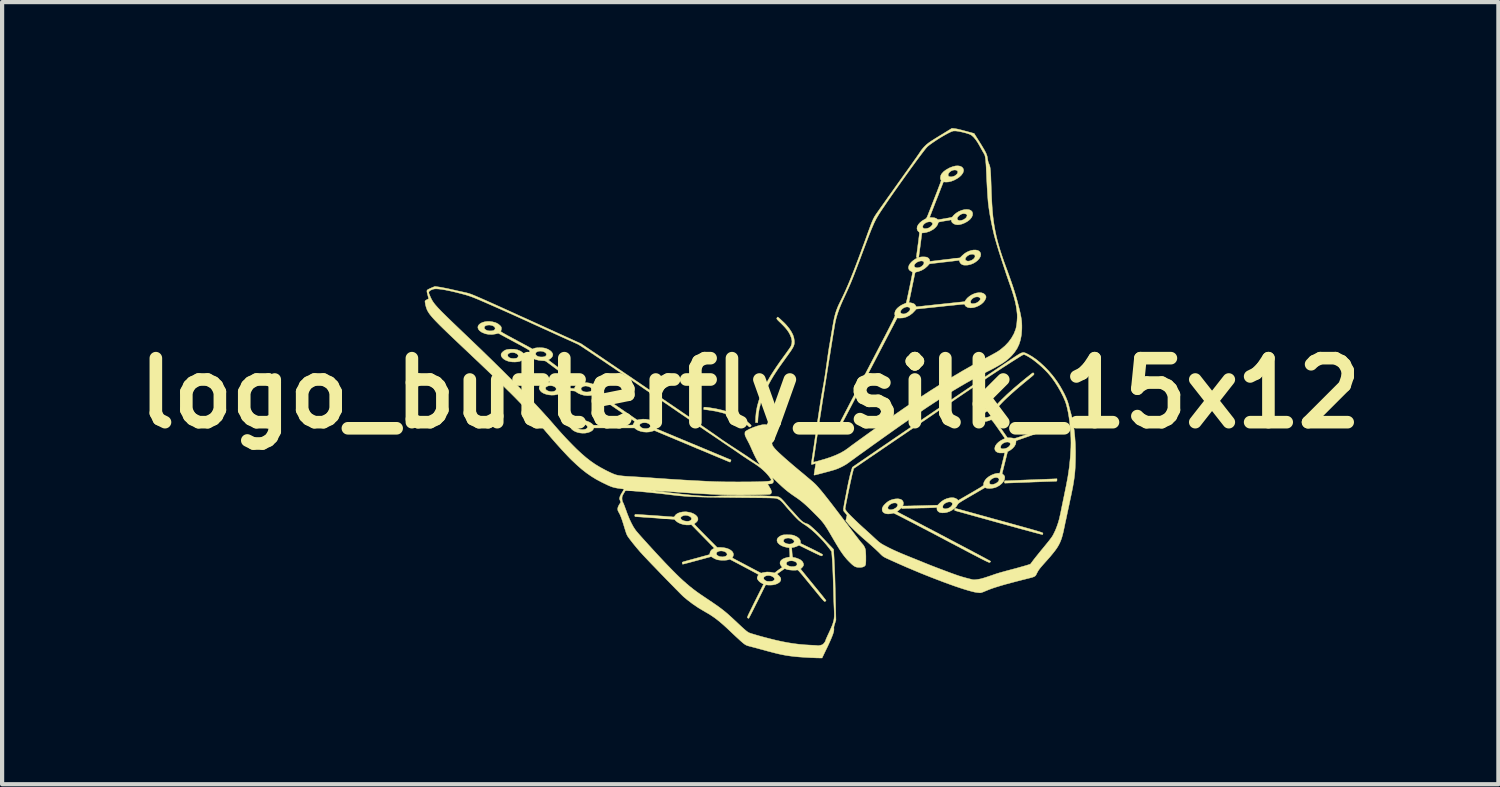
<source format=kicad_pcb>
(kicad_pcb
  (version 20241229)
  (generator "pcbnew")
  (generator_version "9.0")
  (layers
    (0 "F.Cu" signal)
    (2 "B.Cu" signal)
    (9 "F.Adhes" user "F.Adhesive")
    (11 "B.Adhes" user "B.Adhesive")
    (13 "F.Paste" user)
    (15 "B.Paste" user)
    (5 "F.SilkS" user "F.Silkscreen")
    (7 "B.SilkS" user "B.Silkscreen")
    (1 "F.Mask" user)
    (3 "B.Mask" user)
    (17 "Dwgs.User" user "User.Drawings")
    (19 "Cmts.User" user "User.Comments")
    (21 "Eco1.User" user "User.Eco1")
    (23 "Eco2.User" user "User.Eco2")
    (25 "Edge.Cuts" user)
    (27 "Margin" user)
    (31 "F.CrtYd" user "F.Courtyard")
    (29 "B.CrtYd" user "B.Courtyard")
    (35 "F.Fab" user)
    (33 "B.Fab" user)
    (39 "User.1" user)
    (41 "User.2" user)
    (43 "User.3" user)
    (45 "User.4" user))
  (footprint "logo_butterfly_silk_15x12"
    (layer "F.Cu")
    (at 14.812 6.312)
    (property "Reference" "logo_butterfly_silk_15x12" (at 0 0 0) (layer "F.SilkS") (effects (font (size 1.524 1.524) (thickness 0.3))))
    (attr through_hole)
    (fp_poly (pts (xy -1.063 0.334) (xy -1.028 0.337) (xy -0.993 0.341) (xy -0.824 0.368) (xy -0.664 0.404) (xy -0.514 0.449) (xy -0.376 0.501) (xy -0.25 0.561) (xy -0.139 0.628) (xy -0.043 0.702) (xy -0.023 0.72) (xy 0.003 0.745) (xy 0.018 0.761) (xy 0.023 0.772) (xy 0.021 0.78) (xy 0.014 0.789) (xy -0.001 0.802) (xy -0.015 0.805) (xy -0.031 0.796) (xy -0.054 0.775) (xy -0.059 0.77) (xy -0.131 0.707) (xy -0.218 0.647) (xy -0.32 0.592) (xy -0.435 0.541) (xy -0.56 0.496) (xy -0.694 0.458) (xy -0.835 0.426) (xy -0.982 0.403) (xy -1.014 0.398) (xy -1.107 0.387) (xy -1.107 0.362) (xy -1.105 0.342) (xy -1.1 0.333) (xy -1.089 0.332) (xy -1.063 0.334)) (stroke (width 0.01) (type solid)) (fill yes) (layer "F.SilkS"))
    (fp_poly (pts (xy 7.303 2.066) (xy 7.301 2.085) (xy 7.295 2.093) (xy 7.277 2.095) (xy 7.264 2.096) (xy 7.248 2.096) (xy 7.216 2.097) (xy 7.169 2.099) (xy 7.109 2.101) (xy 7.037 2.103) (xy 6.956 2.106) (xy 6.866 2.11) (xy 6.77 2.113) (xy 6.669 2.117) (xy 6.649 2.118) (xy 6.549 2.122) (xy 6.453 2.126) (xy 6.364 2.129) (xy 6.284 2.132) (xy 6.214 2.135) (xy 6.155 2.137) (xy 6.109 2.139) (xy 6.078 2.14) (xy 6.063 2.141) (xy 6.062 2.141) (xy 6.054 2.133) (xy 6.051 2.114) (xy 6.053 2.094) (xy 6.057 2.086) (xy 6.057 2.086) (xy 6.067 2.085) (xy 6.094 2.084) (xy 6.136 2.083) (xy 6.191 2.08) (xy 6.259 2.078) (xy 6.337 2.075) (xy 6.425 2.071) (xy 6.52 2.067) (xy 6.621 2.063) (xy 6.683 2.061) (xy 7.303 2.037) (xy 7.303 2.066)) (stroke (width 0.01) (type solid)) (fill yes) (layer "F.SilkS"))
    (fp_poly (pts (xy 4.888 2.742) (xy 4.914 2.749) (xy 4.955 2.76) (xy 5.011 2.775) (xy 5.079 2.794) (xy 5.16 2.816) (xy 5.251 2.841) (xy 5.353 2.869) (xy 5.463 2.9) (xy 5.581 2.932) (xy 5.706 2.967) (xy 5.836 3.003) (xy 5.928 3.028) (xy 6.085 3.071) (xy 6.225 3.11) (xy 6.35 3.145) (xy 6.46 3.175) (xy 6.556 3.202) (xy 6.639 3.225) (xy 6.71 3.245) (xy 6.771 3.263) (xy 6.821 3.277) (xy 6.862 3.29) (xy 6.894 3.3) (xy 6.92 3.308) (xy 6.938 3.315) (xy 6.952 3.32) (xy 6.961 3.325) (xy 6.966 3.329) (xy 6.968 3.332) (xy 6.969 3.336) (xy 6.968 3.339) (xy 6.964 3.358) (xy 6.959 3.366) (xy 6.95 3.364) (xy 6.924 3.358) (xy 6.883 3.348) (xy 6.828 3.333) (xy 6.759 3.315) (xy 6.679 3.293) (xy 6.588 3.268) (xy 6.486 3.241) (xy 6.376 3.211) (xy 6.258 3.178) (xy 6.134 3.144) (xy 6.004 3.108) (xy 5.919 3.085) (xy 5.786 3.048) (xy 5.658 3.012) (xy 5.535 2.978) (xy 5.419 2.946) (xy 5.312 2.916) (xy 5.214 2.889) (xy 5.126 2.864) (xy 5.049 2.843) (xy 4.985 2.825) (xy 4.934 2.811) (xy 4.898 2.801) (xy 4.877 2.795) (xy 4.873 2.794) (xy 4.865 2.782) (xy 4.867 2.764) (xy 4.873 2.746) (xy 4.879 2.74) (xy 4.888 2.742)) (stroke (width 0.01) (type solid)) (fill yes) (layer "F.SilkS"))
    (fp_poly (pts (xy 0.663 -1.808) (xy 0.684 -1.791) (xy 0.712 -1.767) (xy 0.744 -1.737) (xy 0.778 -1.705) (xy 0.812 -1.673) (xy 0.841 -1.643) (xy 0.863 -1.619) (xy 0.929 -1.538) (xy 0.979 -1.462) (xy 1.016 -1.39) (xy 1.039 -1.32) (xy 1.05 -1.251) (xy 1.05 -1.247) (xy 1.051 -1.215) (xy 1.05 -1.185) (xy 1.044 -1.156) (xy 1.034 -1.126) (xy 1.018 -1.092) (xy 0.995 -1.053) (xy 0.965 -1.006) (xy 0.925 -0.95) (xy 0.876 -0.881) (xy 0.864 -0.865) (xy 0.784 -0.753) (xy 0.713 -0.654) (xy 0.651 -0.564) (xy 0.597 -0.482) (xy 0.548 -0.405) (xy 0.504 -0.331) (xy 0.463 -0.258) (xy 0.424 -0.184) (xy 0.385 -0.106) (xy 0.381 -0.097) (xy 0.308 0.067) (xy 0.253 0.225) (xy 0.213 0.378) (xy 0.19 0.526) (xy 0.185 0.592) (xy 0.179 0.699) (xy 0.125 0.699) (xy 0.129 0.578) (xy 0.141 0.449) (xy 0.165 0.318) (xy 0.202 0.183) (xy 0.254 0.041) (xy 0.319 -0.109) (xy 0.321 -0.113) (xy 0.37 -0.212) (xy 0.425 -0.312) (xy 0.485 -0.415) (xy 0.554 -0.523) (xy 0.631 -0.639) (xy 0.718 -0.764) (xy 0.815 -0.898) (xy 0.854 -0.951) (xy 0.889 -1.001) (xy 0.921 -1.045) (xy 0.946 -1.082) (xy 0.963 -1.109) (xy 0.969 -1.12) (xy 0.989 -1.18) (xy 0.993 -1.243) (xy 0.981 -1.31) (xy 0.953 -1.383) (xy 0.948 -1.393) (xy 0.918 -1.449) (xy 0.88 -1.504) (xy 0.834 -1.561) (xy 0.776 -1.622) (xy 0.726 -1.672) (xy 0.687 -1.709) (xy 0.66 -1.736) (xy 0.643 -1.755) (xy 0.634 -1.768) (xy 0.631 -1.778) (xy 0.633 -1.787) (xy 0.635 -1.792) (xy 0.646 -1.808) (xy 0.652 -1.814) (xy 0.663 -1.808)) (stroke (width 0.01) (type solid)) (fill yes) (layer "F.SilkS"))
    (fp_poly (pts (xy 6.517 -0.968) (xy 6.537 -0.963) (xy 6.559 -0.955) (xy 6.584 -0.943) (xy 6.613 -0.928) (xy 6.618 -0.926) (xy 6.71 -0.873) (xy 6.807 -0.806) (xy 6.905 -0.726) (xy 7.004 -0.635) (xy 7.1 -0.536) (xy 7.192 -0.43) (xy 7.248 -0.358) (xy 7.312 -0.269) (xy 7.373 -0.174) (xy 7.429 -0.076) (xy 7.48 0.02) (xy 7.523 0.113) (xy 7.557 0.199) (xy 7.58 0.274) (xy 7.581 0.279) (xy 7.593 0.328) (xy 7.606 0.38) (xy 7.619 0.425) (xy 7.625 0.445) (xy 7.659 0.575) (xy 7.688 0.72) (xy 7.712 0.877) (xy 7.729 1.044) (xy 7.741 1.218) (xy 7.745 1.397) (xy 7.744 1.538) (xy 7.742 1.628) (xy 7.739 1.71) (xy 7.736 1.785) (xy 7.731 1.856) (xy 7.725 1.924) (xy 7.717 1.993) (xy 7.707 2.064) (xy 7.695 2.14) (xy 7.681 2.223) (xy 7.663 2.314) (xy 7.642 2.417) (xy 7.617 2.533) (xy 7.592 2.653) (xy 7.573 2.741) (xy 7.553 2.832) (xy 7.534 2.925) (xy 7.515 3.014) (xy 7.497 3.095) (xy 7.483 3.166) (xy 7.475 3.202) (xy 7.456 3.293) (xy 7.436 3.373) (xy 7.416 3.445) (xy 7.393 3.509) (xy 7.367 3.57) (xy 7.336 3.629) (xy 7.299 3.689) (xy 7.254 3.751) (xy 7.201 3.818) (xy 7.139 3.893) (xy 7.065 3.977) (xy 7.029 4.017) (xy 6.978 4.074) (xy 6.938 4.12) (xy 6.906 4.158) (xy 6.881 4.19) (xy 6.861 4.219) (xy 6.844 4.247) (xy 6.829 4.276) (xy 6.828 4.277) (xy 6.816 4.301) (xy 6.807 4.32) (xy 6.798 4.335) (xy 6.787 4.348) (xy 6.773 4.359) (xy 6.753 4.369) (xy 6.727 4.379) (xy 6.691 4.39) (xy 6.644 4.402) (xy 6.584 4.417) (xy 6.51 4.436) (xy 6.472 4.445) (xy 6.329 4.482) (xy 6.201 4.516) (xy 6.088 4.546) (xy 5.987 4.575) (xy 5.898 4.602) (xy 5.818 4.627) (xy 5.745 4.652) (xy 5.679 4.677) (xy 5.617 4.702) (xy 5.591 4.713) (xy 5.551 4.73) (xy 5.516 4.742) (xy 5.489 4.75) (xy 5.477 4.752) (xy 5.458 4.751) (xy 5.427 4.747) (xy 5.396 4.744) (xy 5.341 4.735) (xy 5.272 4.718) (xy 5.188 4.695) (xy 5.092 4.666) (xy 4.984 4.631) (xy 4.866 4.591) (xy 4.74 4.546) (xy 4.606 4.497) (xy 4.466 4.444) (xy 4.321 4.388) (xy 4.172 4.329) (xy 4.021 4.268) (xy 3.869 4.204) (xy 3.717 4.14) (xy 3.567 4.074) (xy 3.419 4.008) (xy 3.293 3.951) (xy 3.243 3.928) (xy 3.206 3.91) (xy 3.177 3.893) (xy 3.152 3.876) (xy 3.127 3.854) (xy 3.098 3.826) (xy 3.065 3.792) (xy 3.03 3.759) (xy 2.986 3.717) (xy 2.933 3.669) (xy 2.876 3.618) (xy 2.818 3.567) (xy 2.774 3.528) (xy 2.667 3.435) (xy 2.572 3.349) (xy 2.488 3.27) (xy 2.417 3.2) (xy 2.359 3.139) (xy 2.325 3.1) (xy 2.274 3.038) (xy 2.289 2.97) (xy 2.304 2.902) (xy 2.258 2.846) (xy 2.246 2.831) (xy 2.236 2.82) (xy 2.228 2.809) (xy 2.222 2.798) (xy 2.219 2.784) (xy 2.219 2.765) (xy 2.22 2.754) (xy 2.259 2.754) (xy 2.266 2.773) (xy 2.287 2.803) (xy 2.321 2.844) (xy 2.369 2.895) (xy 2.431 2.957) (xy 2.505 3.029) (xy 2.591 3.111) (xy 2.69 3.202) (xy 2.771 3.275) (xy 2.821 3.32) (xy 2.872 3.366) (xy 2.921 3.412) (xy 2.964 3.452) (xy 2.998 3.483) (xy 2.999 3.484) (xy 3.059 3.538) (xy 3.118 3.581) (xy 3.166 3.609) (xy 3.245 3.651) (xy 3.327 3.693) (xy 3.415 3.735) (xy 3.511 3.778) (xy 3.618 3.824) (xy 3.737 3.873) (xy 3.851 3.919) (xy 3.912 3.943) (xy 3.978 3.97) (xy 4.043 3.996) (xy 4.1 4.019) (xy 4.132 4.033) (xy 4.193 4.057) (xy 4.264 4.086) (xy 4.344 4.117) (xy 4.429 4.15) (xy 4.516 4.183) (xy 4.604 4.216) (xy 4.689 4.248) (xy 4.769 4.278) (xy 4.841 4.304) (xy 4.903 4.326) (xy 4.952 4.343) (xy 4.967 4.348) (xy 5.062 4.377) (xy 5.16 4.404) (xy 5.267 4.431) (xy 5.302 4.439) (xy 5.33 4.441) (xy 5.371 4.438) (xy 5.422 4.431) (xy 5.479 4.421) (xy 5.509 4.413) (xy 5.552 4.401) (xy 5.604 4.385) (xy 5.662 4.366) (xy 5.721 4.346) (xy 5.729 4.344) (xy 5.779 4.326) (xy 5.822 4.311) (xy 5.861 4.298) (xy 5.898 4.287) (xy 5.936 4.275) (xy 5.978 4.263) (xy 6.026 4.25) (xy 6.083 4.234) (xy 6.151 4.216) (xy 6.233 4.194) (xy 6.259 4.187) (xy 6.325 4.17) (xy 6.392 4.151) (xy 6.456 4.133) (xy 6.513 4.117) (xy 6.557 4.104) (xy 6.562 4.103) (xy 6.67 4.069) (xy 6.738 3.978) (xy 6.764 3.944) (xy 6.799 3.9) (xy 6.841 3.848) (xy 6.885 3.793) (xy 6.93 3.737) (xy 6.949 3.715) (xy 7.007 3.644) (xy 7.055 3.585) (xy 7.094 3.537) (xy 7.125 3.498) (xy 7.149 3.466) (xy 7.169 3.44) (xy 7.185 3.417) (xy 7.198 3.396) (xy 7.21 3.376) (xy 7.221 3.354) (xy 7.229 3.338) (xy 7.266 3.261) (xy 7.301 3.172) (xy 7.333 3.079) (xy 7.357 2.994) (xy 7.363 2.968) (xy 7.372 2.927) (xy 7.384 2.874) (xy 7.397 2.811) (xy 7.411 2.741) (xy 7.426 2.668) (xy 7.434 2.63) (xy 7.45 2.551) (xy 7.467 2.47) (xy 7.483 2.391) (xy 7.498 2.318) (xy 7.511 2.254) (xy 7.522 2.203) (xy 7.524 2.191) (xy 7.564 1.977) (xy 7.597 1.752) (xy 7.62 1.521) (xy 7.634 1.293) (xy 7.636 1.18) (xy 7.634 1.06) (xy 7.627 0.936) (xy 7.617 0.811) (xy 7.604 0.688) (xy 7.588 0.569) (xy 7.569 0.457) (xy 7.547 0.355) (xy 7.524 0.266) (xy 7.5 0.195) (xy 7.452 0.083) (xy 7.393 -0.034) (xy 7.325 -0.153) (xy 7.252 -0.268) (xy 7.176 -0.374) (xy 7.145 -0.413) (xy 7.086 -0.482) (xy 7.018 -0.552) (xy 6.945 -0.623) (xy 6.868 -0.691) (xy 6.79 -0.754) (xy 6.715 -0.811) (xy 6.643 -0.858) (xy 6.579 -0.895) (xy 6.545 -0.911) (xy 6.534 -0.916) (xy 6.525 -0.919) (xy 6.515 -0.92) (xy 6.503 -0.917) (xy 6.487 -0.91) (xy 6.464 -0.898) (xy 6.433 -0.879) (xy 6.391 -0.853) (xy 6.336 -0.818) (xy 6.316 -0.806) (xy 6.22 -0.745) (xy 6.121 -0.681) (xy 6.018 -0.615) (xy 5.911 -0.545) (xy 5.798 -0.471) (xy 5.678 -0.392) (xy 5.551 -0.307) (xy 5.414 -0.215) (xy 5.268 -0.117) (xy 5.11 -0.01) (xy 4.94 0.105) (xy 4.758 0.23) (xy 4.654 0.301) (xy 4.555 0.368) (xy 4.447 0.441) (xy 4.334 0.519) (xy 4.218 0.598) (xy 4.103 0.676) (xy 3.993 0.751) (xy 3.89 0.821) (xy 3.799 0.883) (xy 3.787 0.891) (xy 3.698 0.952) (xy 3.596 1.021) (xy 3.487 1.095) (xy 3.372 1.173) (xy 3.256 1.252) (xy 3.142 1.33) (xy 3.034 1.404) (xy 2.934 1.472) (xy 2.921 1.48) (xy 2.463 1.793) (xy 2.428 1.928) (xy 2.42 1.964) (xy 2.409 2.013) (xy 2.396 2.072) (xy 2.381 2.138) (xy 2.366 2.211) (xy 2.35 2.287) (xy 2.334 2.364) (xy 2.318 2.44) (xy 2.304 2.512) (xy 2.29 2.58) (xy 2.279 2.639) (xy 2.269 2.689) (xy 2.263 2.726) (xy 2.259 2.749) (xy 2.259 2.754) (xy 2.22 2.754) (xy 2.221 2.74) (xy 2.226 2.706) (xy 2.233 2.662) (xy 2.243 2.607) (xy 2.256 2.538) (xy 2.273 2.453) (xy 2.277 2.431) (xy 2.3 2.307) (xy 2.322 2.199) (xy 2.341 2.105) (xy 2.36 2.024) (xy 2.376 1.953) (xy 2.393 1.891) (xy 2.409 1.836) (xy 2.431 1.762) (xy 2.547 1.682) (xy 2.628 1.626) (xy 2.724 1.561) (xy 2.831 1.487) (xy 2.948 1.407) (xy 3.075 1.32) (xy 3.209 1.229) (xy 3.349 1.133) (xy 3.493 1.035) (xy 3.64 0.935) (xy 3.788 0.834) (xy 3.869 0.779) (xy 3.949 0.724) (xy 4.03 0.669) (xy 4.112 0.613) (xy 4.197 0.556) (xy 4.284 0.497) (xy 4.375 0.435) (xy 4.47 0.371) (xy 4.571 0.302) (xy 4.679 0.229) (xy 4.793 0.152) (xy 4.916 0.069) (xy 5.048 -0.02) (xy 5.189 -0.116) (xy 5.341 -0.219) (xy 5.504 -0.329) (xy 5.68 -0.448) (xy 5.869 -0.576) (xy 6.072 -0.713) (xy 6.109 -0.738) (xy 6.193 -0.795) (xy 6.264 -0.843) (xy 6.323 -0.882) (xy 6.372 -0.913) (xy 6.412 -0.937) (xy 6.444 -0.954) (xy 6.472 -0.964) (xy 6.495 -0.969) (xy 6.517 -0.968)) (stroke (width 0.01) (type solid)) (fill yes) (layer "F.SilkS"))
    (fp_poly (pts (xy -1.518 2.824) (xy -1.449 2.835) (xy -1.389 2.852) (xy -1.337 2.876) (xy -1.295 2.905) (xy -1.266 2.937) (xy -1.248 2.971) (xy -1.245 3.006) (xy -1.257 3.04) (xy -1.285 3.072) (xy -1.294 3.079) (xy -1.316 3.096) (xy -1.33 3.11) (xy -1.333 3.115) (xy -1.327 3.123) (xy -1.309 3.142) (xy -1.281 3.172) (xy -1.245 3.21) (xy -1.201 3.255) (xy -1.15 3.307) (xy -1.095 3.363) (xy -1.062 3.396) (xy -0.79 3.67) (xy -0.706 3.671) (xy -0.633 3.677) (xy -0.567 3.69) (xy -0.51 3.711) (xy -0.463 3.738) (xy -0.428 3.769) (xy -0.407 3.804) (xy -0.399 3.842) (xy -0.408 3.88) (xy -0.415 3.892) (xy -0.424 3.911) (xy -0.426 3.921) (xy -0.426 3.922) (xy -0.417 3.926) (xy -0.394 3.939) (xy -0.359 3.958) (xy -0.312 3.983) (xy -0.256 4.012) (xy -0.192 4.046) (xy -0.122 4.083) (xy -0.083 4.104) (xy 0.257 4.283) (xy 0.313 4.269) (xy 0.397 4.256) (xy 0.482 4.26) (xy 0.525 4.268) (xy 0.557 4.275) (xy 0.577 4.277) (xy 0.588 4.274) (xy 0.593 4.27) (xy 0.604 4.26) (xy 0.627 4.242) (xy 0.657 4.219) (xy 0.683 4.2) (xy 0.763 4.144) (xy 0.746 4.124) (xy 0.718 4.084) (xy 0.711 4.057) (xy 0.858 4.057) (xy 0.867 4.081) (xy 0.894 4.103) (xy 0.901 4.106) (xy 0.941 4.121) (xy 0.986 4.129) (xy 1.031 4.128) (xy 1.071 4.12) (xy 1.098 4.105) (xy 1.114 4.081) (xy 1.114 4.057) (xy 1.101 4.033) (xy 1.076 4.013) (xy 1.041 3.998) (xy 0.998 3.99) (xy 0.981 3.989) (xy 0.931 3.993) (xy 0.895 4.005) (xy 0.87 4.026) (xy 0.866 4.031) (xy 0.858 4.057) (xy 0.711 4.057) (xy 0.708 4.046) (xy 0.714 4.01) (xy 0.737 3.977) (xy 0.774 3.948) (xy 0.826 3.925) (xy 0.892 3.908) (xy 0.909 3.905) (xy 0.943 3.9) (xy 0.942 3.848) (xy 0.941 3.809) (xy 0.938 3.764) (xy 0.936 3.738) (xy 0.93 3.679) (xy 0.882 3.672) (xy 0.811 3.656) (xy 0.748 3.632) (xy 0.696 3.6) (xy 0.659 3.563) (xy 0.652 3.553) (xy 0.637 3.514) (xy 0.789 3.514) (xy 0.798 3.539) (xy 0.82 3.56) (xy 0.853 3.577) (xy 0.893 3.588) (xy 0.935 3.592) (xy 0.977 3.587) (xy 1.002 3.579) (xy 1.032 3.561) (xy 1.046 3.538) (xy 1.043 3.513) (xy 1.024 3.488) (xy 0.989 3.466) (xy 0.986 3.465) (xy 0.943 3.451) (xy 0.9 3.447) (xy 0.859 3.452) (xy 0.825 3.464) (xy 0.801 3.483) (xy 0.79 3.509) (xy 0.789 3.514) (xy 0.637 3.514) (xy 0.637 3.514) (xy 0.64 3.476) (xy 0.659 3.442) (xy 0.696 3.411) (xy 0.723 3.396) (xy 0.746 3.385) (xy 0.766 3.378) (xy 0.788 3.373) (xy 0.816 3.371) (xy 0.855 3.37) (xy 0.889 3.37) (xy 0.941 3.371) (xy 0.979 3.373) (xy 1.008 3.377) (xy 1.034 3.384) (xy 1.053 3.391) (xy 1.115 3.421) (xy 1.16 3.456) (xy 1.187 3.495) (xy 1.197 3.537) (xy 1.197 3.54) (xy 1.197 3.575) (xy 1.461 3.703) (xy 1.524 3.734) (xy 1.582 3.764) (xy 1.633 3.79) (xy 1.674 3.812) (xy 1.704 3.828) (xy 1.721 3.839) (xy 1.724 3.842) (xy 1.719 3.857) (xy 1.712 3.868) (xy 1.708 3.871) (xy 1.701 3.873) (xy 1.69 3.871) (xy 1.672 3.865) (xy 1.647 3.855) (xy 1.613 3.839) (xy 1.567 3.818) (xy 1.509 3.79) (xy 1.436 3.754) (xy 1.431 3.752) (xy 1.162 3.62) (xy 1.114 3.642) (xy 1.079 3.656) (xy 1.043 3.667) (xy 1.027 3.67) (xy 0.987 3.676) (xy 0.993 3.759) (xy 0.997 3.815) (xy 1.001 3.855) (xy 1.005 3.882) (xy 1.01 3.898) (xy 1.016 3.907) (xy 1.025 3.91) (xy 1.029 3.91) (xy 1.06 3.914) (xy 1.1 3.925) (xy 1.142 3.941) (xy 1.18 3.958) (xy 1.205 3.973) (xy 1.244 4.01) (xy 1.265 4.051) (xy 1.27 4.083) (xy 1.265 4.106) (xy 1.25 4.13) (xy 1.234 4.148) (xy 1.197 4.184) (xy 1.264 4.267) (xy 1.285 4.293) (xy 1.315 4.33) (xy 1.354 4.378) (xy 1.399 4.433) (xy 1.449 4.494) (xy 1.501 4.558) (xy 1.556 4.625) (xy 1.568 4.64) (xy 1.619 4.702) (xy 1.666 4.761) (xy 1.709 4.813) (xy 1.745 4.858) (xy 1.773 4.894) (xy 1.794 4.92) (xy 1.804 4.934) (xy 1.805 4.936) (xy 1.798 4.945) (xy 1.785 4.955) (xy 1.78 4.958) (xy 1.775 4.959) (xy 1.768 4.957) (xy 1.759 4.951) (xy 1.747 4.94) (xy 1.731 4.923) (xy 1.71 4.899) (xy 1.682 4.867) (xy 1.648 4.826) (xy 1.605 4.774) (xy 1.554 4.711) (xy 1.492 4.636) (xy 1.451 4.585) (xy 1.383 4.502) (xy 1.325 4.431) (xy 1.277 4.373) (xy 1.238 4.325) (xy 1.206 4.288) (xy 1.181 4.259) (xy 1.161 4.237) (xy 1.146 4.222) (xy 1.135 4.213) (xy 1.127 4.208) (xy 1.12 4.207) (xy 1.116 4.208) (xy 1.082 4.213) (xy 1.038 4.214) (xy 0.987 4.212) (xy 0.937 4.207) (xy 0.893 4.2) (xy 0.87 4.193) (xy 0.819 4.175) (xy 0.728 4.239) (xy 0.637 4.304) (xy 0.676 4.338) (xy 0.7 4.364) (xy 0.719 4.391) (xy 0.726 4.405) (xy 0.729 4.441) (xy 0.717 4.475) (xy 0.69 4.505) (xy 0.651 4.53) (xy 0.602 4.55) (xy 0.544 4.563) (xy 0.481 4.568) (xy 0.431 4.567) (xy 0.367 4.561) (xy 0.168 4.961) (xy 0.128 5.04) (xy 0.091 5.114) (xy 0.058 5.181) (xy 0.028 5.239) (xy 0.003 5.288) (xy -0.017 5.326) (xy -0.03 5.35) (xy -0.036 5.36) (xy -0.036 5.361) (xy -0.047 5.357) (xy -0.061 5.35) (xy -0.065 5.348) (xy -0.068 5.344) (xy -0.068 5.337) (xy -0.066 5.326) (xy -0.06 5.309) (xy -0.05 5.285) (xy -0.035 5.253) (xy -0.015 5.212) (xy 0.011 5.159) (xy 0.043 5.094) (xy 0.082 5.015) (xy 0.118 4.943) (xy 0.317 4.545) (xy 0.274 4.523) (xy 0.234 4.498) (xy 0.2 4.466) (xy 0.176 4.433) (xy 0.166 4.411) (xy 0.167 4.4) (xy 0.318 4.4) (xy 0.323 4.423) (xy 0.338 4.443) (xy 0.361 4.46) (xy 0.381 4.471) (xy 0.41 4.478) (xy 0.448 4.48) (xy 0.489 4.479) (xy 0.524 4.474) (xy 0.544 4.468) (xy 0.569 4.448) (xy 0.578 4.425) (xy 0.571 4.401) (xy 0.549 4.377) (xy 0.513 4.357) (xy 0.498 4.351) (xy 0.456 4.341) (xy 0.415 4.34) (xy 0.378 4.347) (xy 0.349 4.36) (xy 0.328 4.378) (xy 0.318 4.4) (xy 0.167 4.4) (xy 0.167 4.382) (xy 0.179 4.352) (xy 0.198 4.318) (xy 0.16 4.296) (xy 0.144 4.287) (xy 0.113 4.271) (xy 0.071 4.248) (xy 0.018 4.22) (xy -0.042 4.188) (xy -0.108 4.153) (xy -0.178 4.116) (xy -0.181 4.114) (xy -0.485 3.954) (xy -0.526 3.966) (xy -0.566 3.973) (xy -0.617 3.977) (xy -0.673 3.977) (xy -0.727 3.973) (xy -0.774 3.966) (xy -0.789 3.962) (xy -0.827 3.948) (xy -0.867 3.928) (xy -0.884 3.918) (xy -0.929 3.89) (xy -1.268 3.982) (xy -1.343 4.002) (xy -1.413 4.021) (xy -1.475 4.038) (xy -1.528 4.051) (xy -1.569 4.062) (xy -1.597 4.069) (xy -1.61 4.071) (xy -1.61 4.071) (xy -1.614 4.061) (xy -1.619 4.045) (xy -1.621 4.034) (xy -1.619 4.026) (xy -1.609 4.019) (xy -1.588 4.012) (xy -1.555 4.002) (xy -1.536 3.997) (xy -1.503 3.988) (xy -1.455 3.975) (xy -1.397 3.959) (xy -1.332 3.941) (xy -1.264 3.923) (xy -1.207 3.907) (xy -0.967 3.841) (xy -0.963 3.818) (xy -0.807 3.818) (xy -0.799 3.845) (xy -0.777 3.866) (xy -0.743 3.883) (xy -0.703 3.893) (xy -0.66 3.896) (xy -0.617 3.891) (xy -0.579 3.877) (xy -0.557 3.858) (xy -0.55 3.835) (xy -0.559 3.81) (xy -0.582 3.786) (xy -0.603 3.774) (xy -0.644 3.76) (xy -0.687 3.754) (xy -0.728 3.757) (xy -0.764 3.768) (xy -0.791 3.784) (xy -0.806 3.807) (xy -0.807 3.818) (xy -0.963 3.818) (xy -0.96 3.802) (xy -0.946 3.761) (xy -0.92 3.729) (xy -0.885 3.705) (xy -0.854 3.689) (xy -1.128 3.409) (xy -1.402 3.129) (xy -1.451 3.135) (xy -1.518 3.136) (xy -1.587 3.126) (xy -1.653 3.108) (xy -1.712 3.082) (xy -1.759 3.049) (xy -1.766 3.043) (xy -1.805 3.003) (xy -2.186 2.976) (xy -1.657 2.976) (xy -1.652 2.989) (xy -1.634 3.011) (xy -1.602 3.029) (xy -1.562 3.042) (xy -1.518 3.048) (xy -1.476 3.048) (xy -1.44 3.039) (xy -1.434 3.037) (xy -1.408 3.016) (xy -1.398 2.991) (xy -1.404 2.965) (xy -1.427 2.941) (xy -1.44 2.933) (xy -1.489 2.913) (xy -1.539 2.906) (xy -1.586 2.912) (xy -1.626 2.93) (xy -1.642 2.943) (xy -1.656 2.961) (xy -1.657 2.976) (xy -2.186 2.976) (xy -2.256 2.971) (xy -2.346 2.965) (xy -2.43 2.959) (xy -2.507 2.954) (xy -2.576 2.949) (xy -2.634 2.945) (xy -2.68 2.942) (xy -2.712 2.94) (xy -2.727 2.939) (xy -2.728 2.939) (xy -2.743 2.936) (xy -2.748 2.922) (xy -2.749 2.912) (xy -2.747 2.894) (xy -2.739 2.886) (xy -2.718 2.885) (xy -2.714 2.885) (xy -2.698 2.885) (xy -2.666 2.887) (xy -2.621 2.89) (xy -2.564 2.894) (xy -2.499 2.898) (xy -2.427 2.903) (xy -2.351 2.908) (xy -2.272 2.913) (xy -2.195 2.919) (xy -2.119 2.924) (xy -2.049 2.929) (xy -1.986 2.934) (xy -1.933 2.938) (xy -1.891 2.941) (xy -1.864 2.943) (xy -1.86 2.944) (xy -1.831 2.946) (xy -1.814 2.944) (xy -1.804 2.936) (xy -1.793 2.918) (xy -1.793 2.918) (xy -1.766 2.886) (xy -1.725 2.859) (xy -1.673 2.839) (xy -1.614 2.827) (xy -1.549 2.823) (xy -1.518 2.824)) (stroke (width 0.01) (type solid)) (fill yes) (layer "F.SilkS"))
    (fp_poly (pts (xy 6.746 -0.478) (xy 6.755 -0.467) (xy 6.757 -0.46) (xy 6.756 -0.452) (xy 6.749 -0.442) (xy 6.735 -0.427) (xy 6.712 -0.406) (xy 6.678 -0.378) (xy 6.632 -0.34) (xy 6.619 -0.33) (xy 6.505 -0.236) (xy 6.397 -0.145) (xy 6.296 -0.058) (xy 6.204 0.024) (xy 6.12 0.101) (xy 6.048 0.17) (xy 5.988 0.231) (xy 5.94 0.283) (xy 5.931 0.293) (xy 5.909 0.32) (xy 5.897 0.338) (xy 5.894 0.35) (xy 5.897 0.36) (xy 5.901 0.365) (xy 5.914 0.399) (xy 5.912 0.439) (xy 5.898 0.482) (xy 5.871 0.526) (xy 5.832 0.567) (xy 5.831 0.568) (xy 5.799 0.596) (xy 5.961 0.829) (xy 6.124 1.061) (xy 6.175 1.061) (xy 6.211 1.063) (xy 6.246 1.068) (xy 6.26 1.072) (xy 6.269 1.074) (xy 6.278 1.075) (xy 6.289 1.074) (xy 6.305 1.072) (xy 6.325 1.067) (xy 6.352 1.059) (xy 6.388 1.048) (xy 6.433 1.033) (xy 6.489 1.014) (xy 6.557 0.991) (xy 6.639 0.962) (xy 6.737 0.928) (xy 6.758 0.921) (xy 6.846 0.89) (xy 6.928 0.862) (xy 7.003 0.836) (xy 7.07 0.813) (xy 7.127 0.794) (xy 7.172 0.779) (xy 7.204 0.769) (xy 7.222 0.763) (xy 7.225 0.763) (xy 7.23 0.774) (xy 7.234 0.789) (xy 7.235 0.794) (xy 7.234 0.799) (xy 7.231 0.804) (xy 7.222 0.81) (xy 7.209 0.817) (xy 7.188 0.826) (xy 7.159 0.838) (xy 7.12 0.853) (xy 7.07 0.871) (xy 7.008 0.893) (xy 6.931 0.92) (xy 6.84 0.952) (xy 6.784 0.971) (xy 6.328 1.131) (xy 6.326 1.169) (xy 6.316 1.216) (xy 6.289 1.264) (xy 6.25 1.309) (xy 6.199 1.35) (xy 6.165 1.37) (xy 6.127 1.391) (xy 6.062 1.653) (xy 5.996 1.915) (xy 6.028 1.942) (xy 6.048 1.963) (xy 6.057 1.982) (xy 6.06 2.01) (xy 6.06 2.013) (xy 6.051 2.058) (xy 6.027 2.104) (xy 5.989 2.149) (xy 5.941 2.19) (xy 5.883 2.224) (xy 5.844 2.242) (xy 5.798 2.255) (xy 5.745 2.264) (xy 5.692 2.267) (xy 5.646 2.264) (xy 5.624 2.259) (xy 5.589 2.247) (xy 5.271 2.432) (xy 5.192 2.478) (xy 5.127 2.516) (xy 5.074 2.547) (xy 5.033 2.572) (xy 5.001 2.592) (xy 4.978 2.608) (xy 4.961 2.62) (xy 4.95 2.631) (xy 4.942 2.641) (xy 4.936 2.651) (xy 4.934 2.654) (xy 4.903 2.702) (xy 4.857 2.746) (xy 4.802 2.785) (xy 4.74 2.817) (xy 4.676 2.838) (xy 4.627 2.846) (xy 4.572 2.848) (xy 4.531 2.843) (xy 4.498 2.832) (xy 4.473 2.813) (xy 4.453 2.789) (xy 4.445 2.763) (xy 4.445 2.753) (xy 4.445 2.719) (xy 4.347 2.725) (xy 4.313 2.726) (xy 4.264 2.728) (xy 4.203 2.73) (xy 4.134 2.732) (xy 4.06 2.733) (xy 3.985 2.735) (xy 3.969 2.735) (xy 3.897 2.737) (xy 3.83 2.738) (xy 3.769 2.74) (xy 3.718 2.741) (xy 3.679 2.743) (xy 3.654 2.745) (xy 3.649 2.745) (xy 3.624 2.747) (xy 3.613 2.743) (xy 3.61 2.734) (xy 3.607 2.729) (xy 3.595 2.735) (xy 3.572 2.754) (xy 3.572 2.754) (xy 3.546 2.777) (xy 3.522 2.796) (xy 3.511 2.804) (xy 3.489 2.818) (xy 3.552 2.852) (xy 3.568 2.86) (xy 3.598 2.876) (xy 3.643 2.9) (xy 3.701 2.93) (xy 3.771 2.967) (xy 3.852 3.01) (xy 3.942 3.057) (xy 4.042 3.11) (xy 4.15 3.167) (xy 4.264 3.227) (xy 4.385 3.29) (xy 4.51 3.356) (xy 4.64 3.424) (xy 4.67 3.44) (xy 4.798 3.508) (xy 4.923 3.574) (xy 5.041 3.636) (xy 5.154 3.696) (xy 5.259 3.751) (xy 5.356 3.803) (xy 5.443 3.849) (xy 5.521 3.891) (xy 5.587 3.926) (xy 5.642 3.956) (xy 5.683 3.978) (xy 5.711 3.993) (xy 5.723 4.001) (xy 5.724 4.001) (xy 5.719 4.012) (xy 5.708 4.026) (xy 5.706 4.028) (xy 5.703 4.03) (xy 5.698 4.03) (xy 5.69 4.029) (xy 5.68 4.026) (xy 5.666 4.021) (xy 5.647 4.012) (xy 5.622 4.001) (xy 5.591 3.986) (xy 5.553 3.967) (xy 5.507 3.944) (xy 5.453 3.916) (xy 5.388 3.882) (xy 5.314 3.844) (xy 5.228 3.799) (xy 5.131 3.748) (xy 5.021 3.69) (xy 4.898 3.625) (xy 4.76 3.553) (xy 4.607 3.472) (xy 4.558 3.446) (xy 4.408 3.367) (xy 4.265 3.292) (xy 4.131 3.222) (xy 4.006 3.157) (xy 3.892 3.097) (xy 3.787 3.043) (xy 3.694 2.995) (xy 3.613 2.953) (xy 3.545 2.918) (xy 3.49 2.891) (xy 3.449 2.871) (xy 3.422 2.858) (xy 3.411 2.854) (xy 3.411 2.854) (xy 3.395 2.858) (xy 3.368 2.864) (xy 3.343 2.869) (xy 3.282 2.874) (xy 3.23 2.868) (xy 3.188 2.851) (xy 3.158 2.826) (xy 3.142 2.793) (xy 3.14 2.753) (xy 3.146 2.735) (xy 3.275 2.735) (xy 3.286 2.756) (xy 3.307 2.769) (xy 3.339 2.775) (xy 3.378 2.771) (xy 3.422 2.756) (xy 3.425 2.754) (xy 3.466 2.73) (xy 3.494 2.703) (xy 4.581 2.703) (xy 4.588 2.73) (xy 4.609 2.747) (xy 4.641 2.753) (xy 4.682 2.748) (xy 4.722 2.735) (xy 4.76 2.715) (xy 4.789 2.689) (xy 4.808 2.661) (xy 4.814 2.634) (xy 4.807 2.61) (xy 4.799 2.602) (xy 4.769 2.588) (xy 4.731 2.586) (xy 4.691 2.595) (xy 4.652 2.612) (xy 4.618 2.636) (xy 4.593 2.665) (xy 4.581 2.696) (xy 4.581 2.703) (xy 3.494 2.703) (xy 3.495 2.702) (xy 3.509 2.673) (xy 3.511 2.662) (xy 3.503 2.636) (xy 3.484 2.619) (xy 3.455 2.611) (xy 3.42 2.612) (xy 3.382 2.62) (xy 3.345 2.638) (xy 3.312 2.663) (xy 3.299 2.676) (xy 3.279 2.708) (xy 3.275 2.735) (xy 3.146 2.735) (xy 3.155 2.708) (xy 3.156 2.705) (xy 3.176 2.675) (xy 3.207 2.641) (xy 3.243 2.607) (xy 3.28 2.579) (xy 3.293 2.57) (xy 3.347 2.543) (xy 3.406 2.525) (xy 3.467 2.515) (xy 3.523 2.514) (xy 3.572 2.523) (xy 3.591 2.53) (xy 3.625 2.556) (xy 3.643 2.591) (xy 3.646 2.632) (xy 3.638 2.662) (xy 3.629 2.685) (xy 3.704 2.685) (xy 3.73 2.685) (xy 3.772 2.684) (xy 3.827 2.683) (xy 3.892 2.681) (xy 3.965 2.68) (xy 4.043 2.677) (xy 4.121 2.675) (xy 4.464 2.665) (xy 4.509 2.617) (xy 4.56 2.573) (xy 4.617 2.536) (xy 4.677 2.51) (xy 4.739 2.493) (xy 4.798 2.486) (xy 4.853 2.491) (xy 4.9 2.508) (xy 4.927 2.527) (xy 4.952 2.552) (xy 5.256 2.376) (xy 5.333 2.331) (xy 5.396 2.294) (xy 5.445 2.265) (xy 5.484 2.242) (xy 5.512 2.224) (xy 5.532 2.21) (xy 5.545 2.199) (xy 5.552 2.191) (xy 5.555 2.184) (xy 5.555 2.178) (xy 5.555 2.176) (xy 5.556 2.146) (xy 5.561 2.132) (xy 5.692 2.132) (xy 5.701 2.154) (xy 5.723 2.168) (xy 5.755 2.173) (xy 5.793 2.168) (xy 5.836 2.153) (xy 5.845 2.148) (xy 5.883 2.124) (xy 5.91 2.096) (xy 5.923 2.068) (xy 5.922 2.042) (xy 5.905 2.02) (xy 5.903 2.019) (xy 5.872 2.007) (xy 5.833 2.007) (xy 5.792 2.018) (xy 5.753 2.038) (xy 5.72 2.065) (xy 5.698 2.098) (xy 5.696 2.102) (xy 5.692 2.132) (xy 5.561 2.132) (xy 5.57 2.108) (xy 5.593 2.069) (xy 5.623 2.032) (xy 5.633 2.023) (xy 5.685 1.982) (xy 5.746 1.948) (xy 5.811 1.922) (xy 5.874 1.907) (xy 5.907 1.905) (xy 5.94 1.905) (xy 6 1.665) (xy 6.015 1.602) (xy 6.03 1.544) (xy 6.042 1.495) (xy 6.051 1.457) (xy 6.057 1.432) (xy 6.06 1.421) (xy 6.06 1.421) (xy 6.051 1.42) (xy 6.029 1.42) (xy 5.998 1.422) (xy 5.993 1.422) (xy 5.933 1.421) (xy 5.886 1.408) (xy 5.851 1.387) (xy 5.83 1.358) (xy 5.821 1.324) (xy 5.826 1.285) (xy 5.829 1.276) (xy 5.959 1.276) (xy 5.963 1.302) (xy 5.971 1.314) (xy 5.991 1.323) (xy 6.023 1.324) (xy 6.06 1.319) (xy 6.099 1.307) (xy 6.113 1.301) (xy 6.152 1.276) (xy 6.178 1.248) (xy 6.191 1.221) (xy 6.19 1.196) (xy 6.176 1.176) (xy 6.147 1.164) (xy 6.118 1.161) (xy 6.069 1.168) (xy 6.022 1.191) (xy 5.989 1.218) (xy 5.968 1.246) (xy 5.959 1.276) (xy 5.829 1.276) (xy 5.842 1.245) (xy 5.871 1.204) (xy 5.913 1.163) (xy 5.966 1.126) (xy 6.015 1.1) (xy 6.066 1.077) (xy 5.908 0.851) (xy 5.861 0.784) (xy 5.823 0.732) (xy 5.794 0.691) (xy 5.771 0.663) (xy 5.754 0.644) (xy 5.743 0.633) (xy 5.736 0.631) (xy 5.734 0.631) (xy 5.686 0.651) (xy 5.647 0.663) (xy 5.614 0.671) (xy 5.579 0.674) (xy 5.565 0.674) (xy 5.507 0.67) (xy 5.462 0.655) (xy 5.431 0.63) (xy 5.422 0.618) (xy 5.409 0.587) (xy 5.409 0.555) (xy 5.421 0.519) (xy 5.547 0.519) (xy 5.548 0.546) (xy 5.563 0.567) (xy 5.591 0.578) (xy 5.63 0.577) (xy 5.673 0.566) (xy 5.714 0.547) (xy 5.746 0.522) (xy 5.768 0.495) (xy 5.778 0.467) (xy 5.775 0.441) (xy 5.758 0.422) (xy 5.728 0.411) (xy 5.692 0.411) (xy 5.654 0.421) (xy 5.617 0.439) (xy 5.585 0.462) (xy 5.56 0.49) (xy 5.547 0.519) (xy 5.421 0.519) (xy 5.421 0.517) (xy 5.424 0.511) (xy 5.454 0.464) (xy 5.499 0.419) (xy 5.554 0.38) (xy 5.615 0.348) (xy 5.679 0.324) (xy 5.742 0.312) (xy 5.798 0.312) (xy 5.84 0.318) (xy 5.878 0.269) (xy 5.904 0.237) (xy 5.943 0.196) (xy 5.991 0.147) (xy 6.048 0.092) (xy 6.109 0.033) (xy 6.175 -0.027) (xy 6.242 -0.086) (xy 6.268 -0.11) (xy 6.327 -0.16) (xy 6.387 -0.211) (xy 6.447 -0.262) (xy 6.506 -0.31) (xy 6.561 -0.356) (xy 6.612 -0.396) (xy 6.656 -0.431) (xy 6.691 -0.459) (xy 6.717 -0.478) (xy 6.732 -0.487) (xy 6.734 -0.487) (xy 6.746 -0.478)) (stroke (width 0.01) (type solid)) (fill yes) (layer "F.SilkS"))
    (fp_poly (pts (xy 4.863 -6.301) (xy 4.885 -6.298) (xy 4.909 -6.294) (xy 4.939 -6.288) (xy 4.976 -6.279) (xy 5.022 -6.268) (xy 5.079 -6.253) (xy 5.149 -6.234) (xy 5.234 -6.211) (xy 5.239 -6.21) (xy 5.33 -6.185) (xy 5.44 -6.01) (xy 5.491 -5.929) (xy 5.533 -5.86) (xy 5.567 -5.803) (xy 5.593 -5.755) (xy 5.614 -5.714) (xy 5.628 -5.679) (xy 5.639 -5.646) (xy 5.646 -5.616) (xy 5.65 -5.586) (xy 5.66 -5.527) (xy 5.675 -5.479) (xy 5.682 -5.464) (xy 5.692 -5.44) (xy 5.701 -5.414) (xy 5.709 -5.382) (xy 5.715 -5.343) (xy 5.72 -5.295) (xy 5.724 -5.236) (xy 5.728 -5.164) (xy 5.731 -5.077) (xy 5.733 -5.026) (xy 5.738 -4.88) (xy 5.743 -4.751) (xy 5.748 -4.636) (xy 5.753 -4.533) (xy 5.759 -4.44) (xy 5.765 -4.356) (xy 5.772 -4.279) (xy 5.779 -4.206) (xy 5.788 -4.136) (xy 5.797 -4.067) (xy 5.808 -3.996) (xy 5.811 -3.982) (xy 5.83 -3.872) (xy 5.853 -3.762) (xy 5.879 -3.651) (xy 5.911 -3.535) (xy 5.947 -3.413) (xy 5.989 -3.282) (xy 6.038 -3.14) (xy 6.095 -2.984) (xy 6.11 -2.944) (xy 6.164 -2.795) (xy 6.212 -2.659) (xy 6.255 -2.534) (xy 6.293 -2.415) (xy 6.327 -2.301) (xy 6.359 -2.188) (xy 6.385 -2.086) (xy 6.409 -1.991) (xy 6.428 -1.911) (xy 6.442 -1.841) (xy 6.453 -1.78) (xy 6.461 -1.724) (xy 6.465 -1.67) (xy 6.467 -1.616) (xy 6.467 -1.557) (xy 6.466 -1.517) (xy 6.456 -1.388) (xy 6.434 -1.271) (xy 6.401 -1.166) (xy 6.355 -1.069) (xy 6.295 -0.978) (xy 6.232 -0.903) (xy 6.188 -0.858) (xy 6.141 -0.816) (xy 6.091 -0.775) (xy 6.036 -0.735) (xy 5.972 -0.694) (xy 5.899 -0.651) (xy 5.815 -0.604) (xy 5.717 -0.552) (xy 5.647 -0.517) (xy 5.485 -0.433) (xy 5.322 -0.346) (xy 5.156 -0.253) (xy 4.987 -0.155) (xy 4.812 -0.05) (xy 4.632 0.062) (xy 4.445 0.181) (xy 4.249 0.309) (xy 4.044 0.447) (xy 3.828 0.594) (xy 3.601 0.751) (xy 3.388 0.901) (xy 3.313 0.955) (xy 3.232 1.012) (xy 3.147 1.072) (xy 3.06 1.135) (xy 2.971 1.198) (xy 2.883 1.261) (xy 2.796 1.324) (xy 2.713 1.384) (xy 2.634 1.44) (xy 2.56 1.493) (xy 2.495 1.541) (xy 2.438 1.582) (xy 2.391 1.616) (xy 2.356 1.642) (xy 2.334 1.658) (xy 2.331 1.66) (xy 2.283 1.693) (xy 2.223 1.728) (xy 2.156 1.762) (xy 2.088 1.793) (xy 2.023 1.817) (xy 2.022 1.818) (xy 1.998 1.825) (xy 1.961 1.836) (xy 1.914 1.849) (xy 1.861 1.864) (xy 1.804 1.879) (xy 1.745 1.895) (xy 1.687 1.91) (xy 1.635 1.924) (xy 1.589 1.935) (xy 1.553 1.944) (xy 1.53 1.949) (xy 1.523 1.95) (xy 1.518 1.943) (xy 1.519 1.93) (xy 1.522 1.913) (xy 1.527 1.882) (xy 1.533 1.843) (xy 1.537 1.814) (xy 1.544 1.772) (xy 1.55 1.734) (xy 1.554 1.706) (xy 1.557 1.695) (xy 1.562 1.67) (xy 1.511 1.685) (xy 1.483 1.692) (xy 1.463 1.695) (xy 1.456 1.694) (xy 1.455 1.684) (xy 1.458 1.659) (xy 1.461 1.637) (xy 1.502 1.637) (xy 1.505 1.642) (xy 1.515 1.64) (xy 1.54 1.634) (xy 1.574 1.625) (xy 1.615 1.614) (xy 1.773 1.569) (xy 1.914 1.523) (xy 2.039 1.474) (xy 2.149 1.423) (xy 2.245 1.368) (xy 2.328 1.31) (xy 2.35 1.294) (xy 2.367 1.28) (xy 2.397 1.257) (xy 2.44 1.226) (xy 2.492 1.188) (xy 2.554 1.143) (xy 2.623 1.093) (xy 2.697 1.04) (xy 2.776 0.983) (xy 2.858 0.924) (xy 2.941 0.865) (xy 3.024 0.805) (xy 3.105 0.747) (xy 3.183 0.692) (xy 3.257 0.64) (xy 3.324 0.592) (xy 3.384 0.55) (xy 3.388 0.547) (xy 3.693 0.336) (xy 3.986 0.138) (xy 4.269 -0.047) (xy 4.541 -0.22) (xy 4.803 -0.382) (xy 5.056 -0.532) (xy 5.301 -0.671) (xy 5.537 -0.8) (xy 5.552 -0.807) (xy 5.635 -0.851) (xy 5.705 -0.888) (xy 5.762 -0.919) (xy 5.809 -0.945) (xy 5.847 -0.966) (xy 5.879 -0.985) (xy 5.906 -1.002) (xy 5.93 -1.018) (xy 5.953 -1.035) (xy 5.97 -1.048) (xy 6.065 -1.128) (xy 6.149 -1.217) (xy 6.22 -1.313) (xy 6.277 -1.414) (xy 6.317 -1.516) (xy 6.327 -1.549) (xy 6.337 -1.599) (xy 6.346 -1.661) (xy 6.352 -1.729) (xy 6.356 -1.795) (xy 6.356 -1.854) (xy 6.355 -1.882) (xy 6.344 -1.981) (xy 6.329 -2.08) (xy 6.307 -2.182) (xy 6.278 -2.292) (xy 6.242 -2.411) (xy 6.198 -2.543) (xy 6.195 -2.55) (xy 6.145 -2.693) (xy 6.096 -2.836) (xy 6.049 -2.979) (xy 6.003 -3.118) (xy 5.96 -3.252) (xy 5.92 -3.378) (xy 5.884 -3.496) (xy 5.853 -3.602) (xy 5.826 -3.695) (xy 5.806 -3.77) (xy 5.771 -3.922) (xy 5.738 -4.079) (xy 5.708 -4.237) (xy 5.684 -4.389) (xy 5.666 -4.53) (xy 5.665 -4.536) (xy 5.661 -4.584) (xy 5.656 -4.649) (xy 5.65 -4.726) (xy 5.645 -4.814) (xy 5.639 -4.909) (xy 5.634 -5.009) (xy 5.628 -5.113) (xy 5.624 -5.216) (xy 5.619 -5.316) (xy 5.617 -5.376) (xy 5.613 -5.44) (xy 5.608 -5.5) (xy 5.604 -5.551) (xy 5.602 -5.565) (xy 5.596 -5.611) (xy 5.59 -5.645) (xy 5.583 -5.671) (xy 5.571 -5.695) (xy 5.555 -5.723) (xy 5.554 -5.724) (xy 5.536 -5.755) (xy 5.513 -5.796) (xy 5.486 -5.843) (xy 5.46 -5.892) (xy 5.456 -5.9) (xy 5.409 -5.979) (xy 5.361 -6.047) (xy 5.314 -6.102) (xy 5.268 -6.142) (xy 5.239 -6.159) (xy 5.204 -6.173) (xy 5.157 -6.188) (xy 5.101 -6.204) (xy 5.041 -6.218) (xy 4.983 -6.231) (xy 4.932 -6.239) (xy 4.891 -6.244) (xy 4.885 -6.244) (xy 4.858 -6.244) (xy 4.835 -6.243) (xy 4.814 -6.237) (xy 4.788 -6.228) (xy 4.754 -6.212) (xy 4.717 -6.194) (xy 4.648 -6.157) (xy 4.571 -6.113) (xy 4.492 -6.065) (xy 4.414 -6.014) (xy 4.34 -5.964) (xy 4.274 -5.917) (xy 4.221 -5.874) (xy 4.22 -5.873) (xy 4.204 -5.856) (xy 4.178 -5.826) (xy 4.144 -5.783) (xy 4.102 -5.728) (xy 4.053 -5.664) (xy 3.998 -5.59) (xy 3.938 -5.509) (xy 3.874 -5.421) (xy 3.806 -5.328) (xy 3.736 -5.23) (xy 3.664 -5.13) (xy 3.591 -5.028) (xy 3.518 -4.925) (xy 3.445 -4.822) (xy 3.375 -4.722) (xy 3.307 -4.624) (xy 3.243 -4.531) (xy 3.183 -4.442) (xy 3.129 -4.363) (xy 3.098 -4.316) (xy 3.069 -4.271) (xy 3.043 -4.228) (xy 3.018 -4.186) (xy 2.994 -4.143) (xy 2.97 -4.096) (xy 2.946 -4.046) (xy 2.922 -3.991) (xy 2.895 -3.928) (xy 2.866 -3.857) (xy 2.834 -3.776) (xy 2.798 -3.683) (xy 2.758 -3.578) (xy 2.713 -3.458) (xy 2.671 -3.347) (xy 2.621 -3.213) (xy 2.576 -3.094) (xy 2.536 -2.989) (xy 2.5 -2.895) (xy 2.468 -2.812) (xy 2.438 -2.737) (xy 2.41 -2.668) (xy 2.383 -2.604) (xy 2.356 -2.543) (xy 2.33 -2.484) (xy 2.303 -2.424) (xy 2.274 -2.362) (xy 2.266 -2.345) (xy 2.208 -2.22) (xy 2.159 -2.108) (xy 2.118 -2.006) (xy 2.085 -1.913) (xy 2.057 -1.826) (xy 2.035 -1.743) (xy 2.023 -1.687) (xy 2.018 -1.659) (xy 2.01 -1.614) (xy 2 -1.554) (xy 1.988 -1.479) (xy 1.973 -1.392) (xy 1.957 -1.292) (xy 1.939 -1.183) (xy 1.92 -1.063) (xy 1.9 -0.936) (xy 1.878 -0.802) (xy 1.856 -0.663) (xy 1.833 -0.519) (xy 1.81 -0.372) (xy 1.786 -0.223) (xy 1.763 -0.073) (xy 1.739 0.076) (xy 1.716 0.223) (xy 1.694 0.367) (xy 1.672 0.507) (xy 1.651 0.641) (xy 1.631 0.768) (xy 1.613 0.888) (xy 1.596 0.998) (xy 1.581 1.098) (xy 1.568 1.186) (xy 1.565 1.206) (xy 1.552 1.29) (xy 1.541 1.368) (xy 1.53 1.439) (xy 1.521 1.501) (xy 1.513 1.552) (xy 1.507 1.591) (xy 1.504 1.615) (xy 1.503 1.622) (xy 1.502 1.637) (xy 1.461 1.637) (xy 1.462 1.622) (xy 1.469 1.575) (xy 1.477 1.521) (xy 1.478 1.514) (xy 1.485 1.469) (xy 1.494 1.41) (xy 1.505 1.337) (xy 1.517 1.254) (xy 1.53 1.164) (xy 1.544 1.068) (xy 1.558 0.97) (xy 1.572 0.873) (xy 1.573 0.866) (xy 1.599 0.691) (xy 1.623 0.533) (xy 1.645 0.387) (xy 1.666 0.253) (xy 1.686 0.128) (xy 1.706 0.01) (xy 1.726 -0.104) (xy 1.745 -0.209) (xy 1.754 -0.26) (xy 1.765 -0.326) (xy 1.777 -0.402) (xy 1.79 -0.484) (xy 1.802 -0.57) (xy 1.814 -0.654) (xy 1.819 -0.689) (xy 1.83 -0.769) (xy 1.841 -0.849) (xy 1.852 -0.925) (xy 1.862 -0.995) (xy 1.872 -1.055) (xy 1.879 -1.102) (xy 1.883 -1.122) (xy 1.89 -1.164) (xy 1.9 -1.22) (xy 1.911 -1.287) (xy 1.924 -1.359) (xy 1.936 -1.433) (xy 1.946 -1.492) (xy 1.964 -1.601) (xy 1.981 -1.695) (xy 1.997 -1.776) (xy 2.014 -1.847) (xy 2.032 -1.912) (xy 2.052 -1.972) (xy 2.074 -2.031) (xy 2.1 -2.092) (xy 2.131 -2.156) (xy 2.154 -2.203) (xy 2.196 -2.288) (xy 2.238 -2.377) (xy 2.28 -2.469) (xy 2.323 -2.567) (xy 2.367 -2.672) (xy 2.413 -2.786) (xy 2.462 -2.909) (xy 2.514 -3.043) (xy 2.57 -3.191) (xy 2.63 -3.352) (xy 2.695 -3.529) (xy 2.704 -3.551) (xy 2.746 -3.667) (xy 2.782 -3.766) (xy 2.813 -3.852) (xy 2.84 -3.925) (xy 2.863 -3.987) (xy 2.883 -4.039) (xy 2.901 -4.083) (xy 2.917 -4.12) (xy 2.932 -4.153) (xy 2.947 -4.181) (xy 2.961 -4.207) (xy 2.977 -4.232) (xy 2.994 -4.258) (xy 3.013 -4.286) (xy 3.036 -4.318) (xy 3.061 -4.354) (xy 3.064 -4.358) (xy 3.091 -4.397) (xy 3.128 -4.449) (xy 3.173 -4.513) (xy 3.225 -4.586) (xy 3.282 -4.667) (xy 3.345 -4.755) (xy 3.411 -4.847) (xy 3.479 -4.943) (xy 3.548 -5.04) (xy 3.609 -5.125) (xy 3.675 -5.218) (xy 3.739 -5.307) (xy 3.799 -5.391) (xy 3.855 -5.47) (xy 3.906 -5.543) (xy 3.951 -5.606) (xy 3.989 -5.661) (xy 4.019 -5.704) (xy 4.04 -5.736) (xy 4.052 -5.754) (xy 4.053 -5.756) (xy 4.074 -5.786) (xy 4.103 -5.822) (xy 4.136 -5.86) (xy 4.159 -5.883) (xy 4.178 -5.902) (xy 4.197 -5.92) (xy 4.217 -5.936) (xy 4.239 -5.954) (xy 4.264 -5.972) (xy 4.295 -5.994) (xy 4.334 -6.019) (xy 4.381 -6.049) (xy 4.439 -6.085) (xy 4.509 -6.128) (xy 4.593 -6.179) (xy 4.594 -6.18) (xy 4.801 -6.307) (xy 4.863 -6.301)) (stroke (width 0.01) (type solid)) (fill yes) (layer "F.SilkS"))
    (fp_poly (pts (xy -6.2 -1.709) (xy -6.136 -1.7) (xy -6.071 -1.683) (xy -6.054 -1.677) (xy -6.001 -1.649) (xy -5.963 -1.618) (xy -5.94 -1.594) (xy -5.928 -1.574) (xy -5.924 -1.553) (xy -5.924 -1.542) (xy -5.927 -1.513) (xy -5.935 -1.488) (xy -5.937 -1.485) (xy -5.939 -1.48) (xy -5.94 -1.475) (xy -5.937 -1.47) (xy -5.93 -1.462) (xy -5.916 -1.453) (xy -5.896 -1.44) (xy -5.867 -1.423) (xy -5.828 -1.401) (xy -5.778 -1.373) (xy -5.716 -1.34) (xy -5.64 -1.299) (xy -5.566 -1.259) (xy -5.182 -1.052) (xy -5.147 -1.068) (xy -5.115 -1.077) (xy -5.071 -1.082) (xy -5.019 -1.084) (xy -4.966 -1.083) (xy -4.916 -1.078) (xy -4.874 -1.069) (xy -4.871 -1.068) (xy -4.815 -1.046) (xy -4.767 -1.017) (xy -4.73 -0.984) (xy -4.707 -0.948) (xy -4.699 -0.915) (xy -4.707 -0.884) (xy -4.727 -0.852) (xy -4.756 -0.825) (xy -4.774 -0.814) (xy -4.794 -0.802) (xy -4.803 -0.792) (xy -4.803 -0.789) (xy -4.795 -0.782) (xy -4.774 -0.766) (xy -4.741 -0.741) (xy -4.698 -0.708) (xy -4.646 -0.669) (xy -4.586 -0.624) (xy -4.52 -0.575) (xy -4.449 -0.522) (xy -4.436 -0.512) (xy -4.365 -0.459) (xy -4.298 -0.41) (xy -4.238 -0.364) (xy -4.186 -0.324) (xy -4.142 -0.29) (xy -4.108 -0.263) (xy -4.086 -0.245) (xy -4.077 -0.237) (xy -4.077 -0.236) (xy -4.072 -0.235) (xy -4.053 -0.237) (xy -4.034 -0.242) (xy -3.97 -0.252) (xy -3.9 -0.252) (xy -3.83 -0.242) (xy -3.764 -0.224) (xy -3.706 -0.197) (xy -3.666 -0.169) (xy -3.638 -0.135) (xy -3.623 -0.098) (xy -3.621 -0.061) (xy -3.632 -0.031) (xy -3.634 -0.027) (xy -3.634 -0.022) (xy -3.63 -0.016) (xy -3.622 -0.007) (xy -3.609 0.005) (xy -3.589 0.02) (xy -3.561 0.041) (xy -3.525 0.066) (xy -3.48 0.098) (xy -3.423 0.137) (xy -3.355 0.184) (xy -3.274 0.24) (xy -3.179 0.304) (xy -3.168 0.312) (xy -2.692 0.637) (xy -2.641 0.627) (xy -2.562 0.617) (xy -2.484 0.619) (xy -2.41 0.632) (xy -2.343 0.655) (xy -2.287 0.688) (xy -2.255 0.717) (xy -2.234 0.744) (xy -2.224 0.769) (xy -2.223 0.787) (xy -2.225 0.813) (xy -2.232 0.831) (xy -2.233 0.832) (xy -2.236 0.841) (xy -2.225 0.85) (xy -2.204 0.86) (xy -2.19 0.866) (xy -2.16 0.878) (xy -2.117 0.896) (xy -2.06 0.92) (xy -1.991 0.949) (xy -1.911 0.982) (xy -1.821 1.02) (xy -1.723 1.061) (xy -1.618 1.105) (xy -1.507 1.151) (xy -1.39 1.2) (xy -1.31 1.233) (xy -0.456 1.59) (xy -0.466 1.616) (xy -0.474 1.634) (xy -0.48 1.641) (xy -0.481 1.641) (xy -0.489 1.638) (xy -0.514 1.628) (xy -0.553 1.611) (xy -0.605 1.59) (xy -0.67 1.562) (xy -0.746 1.531) (xy -0.833 1.495) (xy -0.928 1.455) (xy -1.032 1.411) (xy -1.142 1.365) (xy -1.259 1.317) (xy -1.38 1.266) (xy -1.383 1.264) (xy -2.281 0.888) (xy -2.343 0.908) (xy -2.405 0.922) (xy -2.474 0.926) (xy -2.543 0.921) (xy -2.61 0.907) (xy -2.67 0.886) (xy -2.718 0.858) (xy -2.726 0.852) (xy -2.756 0.826) (xy -3.724 0.826) (xy -3.734 0.852) (xy -3.753 0.88) (xy -3.787 0.905) (xy -3.833 0.927) (xy -3.869 0.938) (xy -3.931 0.95) (xy -3.994 0.951) (xy -4.056 0.945) (xy -4.114 0.932) (xy -4.167 0.912) (xy -4.213 0.887) (xy -4.249 0.857) (xy -4.275 0.825) (xy -4.287 0.79) (xy -4.287 0.788) (xy -4.138 0.788) (xy -4.13 0.813) (xy -4.106 0.836) (xy -4.067 0.855) (xy -4.037 0.863) (xy -4 0.866) (xy -3.959 0.864) (xy -3.923 0.856) (xy -3.904 0.848) (xy -3.881 0.826) (xy -3.875 0.803) (xy -3.883 0.78) (xy -3.903 0.759) (xy -3.934 0.742) (xy -3.974 0.73) (xy -4.021 0.726) (xy -4.072 0.731) (xy -4.108 0.745) (xy -4.131 0.765) (xy -4.138 0.788) (xy -4.287 0.788) (xy -4.285 0.754) (xy -4.273 0.728) (xy -4.242 0.694) (xy -4.198 0.669) (xy -4.143 0.651) (xy -4.082 0.642) (xy -4.016 0.641) (xy -3.95 0.648) (xy -3.887 0.664) (xy -3.828 0.688) (xy -3.778 0.72) (xy -3.771 0.726) (xy -3.73 0.762) (xy -3.258 0.762) (xy -3.153 0.762) (xy -3.065 0.762) (xy -2.992 0.762) (xy -2.933 0.761) (xy -2.886 0.76) (xy -2.85 0.76) (xy -2.824 0.758) (xy -2.806 0.757) (xy -2.794 0.754) (xy -2.793 0.754) (xy -2.634 0.754) (xy -2.631 0.775) (xy -2.615 0.799) (xy -2.59 0.819) (xy -2.566 0.831) (xy -2.523 0.841) (xy -2.476 0.842) (xy -2.433 0.835) (xy -2.413 0.828) (xy -2.387 0.807) (xy -2.377 0.782) (xy -2.383 0.756) (xy -2.4 0.736) (xy -2.435 0.716) (xy -2.476 0.704) (xy -2.519 0.701) (xy -2.561 0.705) (xy -2.596 0.716) (xy -2.622 0.734) (xy -2.634 0.754) (xy -2.793 0.754) (xy -2.788 0.752) (xy -2.785 0.749) (xy -2.785 0.746) (xy -2.78 0.728) (xy -2.769 0.705) (xy -2.767 0.701) (xy -2.749 0.672) (xy -2.86 0.596) (xy -2.891 0.575) (xy -2.934 0.545) (xy -2.988 0.508) (xy -3.051 0.465) (xy -3.121 0.417) (xy -3.195 0.367) (xy -3.272 0.314) (xy -3.334 0.272) (xy -3.696 0.025) (xy -3.728 0.036) (xy -3.798 0.053) (xy -3.874 0.058) (xy -3.953 0.05) (xy -4.028 0.03) (xy -4.096 0.000394) (xy -4.139 -0.028) (xy -4.152 -0.038) (xy -4.164 -0.045) (xy -4.178 -0.05) (xy -4.198 -0.054) (xy -4.227 -0.056) (xy -4.267 -0.059) (xy -4.322 -0.061) (xy -4.322 -0.061) (xy -4.386 -0.063) (xy -4.432 -0.063) (xy -4.461 -0.061) (xy -4.472 -0.058) (xy -4.472 -0.057) (xy -4.478 -0.045) (xy -4.493 -0.027) (xy -4.502 -0.019) (xy -4.543 0.01) (xy -4.596 0.03) (xy -4.658 0.042) (xy -4.725 0.045) (xy -4.793 0.039) (xy -4.859 0.025) (xy -4.918 0.003) (xy -4.962 -0.022) (xy -5 -0.059) (xy -5.021 -0.1) (xy -5.023 -0.108) (xy -4.876 -0.108) (xy -4.863 -0.085) (xy -4.839 -0.066) (xy -4.806 -0.051) (xy -4.768 -0.04) (xy -4.727 -0.037) (xy -4.688 -0.041) (xy -4.657 -0.051) (xy -4.63 -0.071) (xy -4.619 -0.095) (xy -4.62 -0.097) (xy -4.029 -0.097) (xy -4.016 -0.071) (xy -3.989 -0.049) (xy -3.96 -0.037) (xy -3.928 -0.031) (xy -3.889 -0.029) (xy -3.85 -0.032) (xy -3.817 -0.038) (xy -3.794 -0.048) (xy -3.793 -0.049) (xy -3.777 -0.074) (xy -3.775 -0.102) (xy -3.788 -0.127) (xy -3.791 -0.131) (xy -3.813 -0.144) (xy -3.847 -0.158) (xy -3.883 -0.168) (xy -3.916 -0.172) (xy -3.92 -0.172) (xy -3.953 -0.168) (xy -3.985 -0.156) (xy -4.012 -0.139) (xy -4.026 -0.124) (xy -4.029 -0.097) (xy -4.62 -0.097) (xy -4.624 -0.121) (xy -4.645 -0.145) (xy -4.675 -0.164) (xy -4.718 -0.177) (xy -4.762 -0.181) (xy -4.805 -0.176) (xy -4.841 -0.162) (xy -4.867 -0.142) (xy -4.873 -0.132) (xy -4.876 -0.108) (xy -5.023 -0.108) (xy -5.026 -0.129) (xy -5.017 -0.167) (xy -4.992 -0.2) (xy -4.953 -0.227) (xy -4.9 -0.247) (xy -4.836 -0.259) (xy -4.804 -0.261) (xy -4.721 -0.26) (xy -4.645 -0.247) (xy -4.578 -0.223) (xy -4.524 -0.189) (xy -4.496 -0.163) (xy -4.481 -0.145) (xy -4.467 -0.134) (xy -4.45 -0.128) (xy -4.426 -0.125) (xy -4.39 -0.122) (xy -4.343 -0.119) (xy -4.293 -0.116) (xy -4.25 -0.113) (xy -4.249 -0.113) (xy -4.184 -0.109) (xy -4.179 -0.134) (xy -4.169 -0.158) (xy -4.152 -0.182) (xy -4.149 -0.184) (xy -4.135 -0.203) (xy -4.132 -0.215) (xy -4.133 -0.217) (xy -4.142 -0.224) (xy -4.163 -0.24) (xy -4.197 -0.265) (xy -4.241 -0.298) (xy -4.293 -0.337) (xy -4.353 -0.381) (xy -4.418 -0.429) (xy -4.481 -0.476) (xy -4.551 -0.528) (xy -4.618 -0.578) (xy -4.679 -0.623) (xy -4.734 -0.664) (xy -4.78 -0.698) (xy -4.816 -0.725) (xy -4.84 -0.743) (xy -4.851 -0.751) (xy -4.868 -0.762) (xy -4.887 -0.769) (xy -4.913 -0.773) (xy -4.952 -0.776) (xy -4.962 -0.776) (xy -5.034 -0.784) (xy -5.103 -0.8) (xy -5.164 -0.824) (xy -5.208 -0.852) (xy -5.23 -0.868) (xy -5.251 -0.877) (xy -5.277 -0.879) (xy -5.313 -0.876) (xy -5.328 -0.874) (xy -5.357 -0.868) (xy -5.37 -0.858) (xy -5.37 -0.855) (xy -5.378 -0.837) (xy -5.398 -0.815) (xy -5.426 -0.792) (xy -5.458 -0.772) (xy -5.488 -0.759) (xy -5.538 -0.749) (xy -5.599 -0.744) (xy -5.663 -0.745) (xy -5.724 -0.753) (xy -5.762 -0.762) (xy -5.824 -0.786) (xy -5.873 -0.816) (xy -5.909 -0.851) (xy -5.929 -0.89) (xy -5.929 -0.892) (xy -5.776 -0.892) (xy -5.76 -0.866) (xy -5.757 -0.863) (xy -5.73 -0.844) (xy -5.697 -0.832) (xy -5.654 -0.828) (xy -5.621 -0.828) (xy -5.586 -0.831) (xy -5.564 -0.835) (xy -5.549 -0.843) (xy -5.537 -0.855) (xy -5.523 -0.881) (xy -5.526 -0.906) (xy -5.546 -0.93) (xy -5.56 -0.941) (xy -5.602 -0.96) (xy -5.65 -0.969) (xy -5.697 -0.966) (xy -5.739 -0.953) (xy -5.755 -0.943) (xy -5.774 -0.918) (xy -5.776 -0.892) (xy -5.929 -0.892) (xy -5.933 -0.916) (xy -5.929 -0.938) (xy -5.917 -0.959) (xy -5.894 -0.984) (xy -5.863 -1.009) (xy -5.829 -1.028) (xy -5.789 -1.04) (xy -5.737 -1.047) (xy -5.706 -1.049) (xy -5.621 -1.048) (xy -5.542 -1.033) (xy -5.472 -1.004) (xy -5.413 -0.963) (xy -5.406 -0.956) (xy -5.387 -0.939) (xy -5.372 -0.931) (xy -5.353 -0.928) (xy -5.324 -0.93) (xy -5.319 -0.931) (xy -5.288 -0.935) (xy -5.27 -0.94) (xy -5.266 -0.945) (xy -5.112 -0.945) (xy -5.107 -0.92) (xy -5.086 -0.895) (xy -5.059 -0.879) (xy -5.025 -0.868) (xy -4.983 -0.863) (xy -4.941 -0.864) (xy -4.904 -0.869) (xy -4.876 -0.88) (xy -4.872 -0.884) (xy -4.855 -0.908) (xy -4.853 -0.931) (xy -4.865 -0.954) (xy -4.887 -0.973) (xy -4.918 -0.989) (xy -4.954 -0.999) (xy -4.994 -1.003) (xy -5.035 -1) (xy -5.075 -0.987) (xy -5.075 -0.987) (xy -5.102 -0.968) (xy -5.112 -0.945) (xy -5.266 -0.945) (xy -5.262 -0.948) (xy -5.259 -0.961) (xy -5.253 -0.986) (xy -5.248 -1.003) (xy -5.248 -1.008) (xy -5.252 -1.014) (xy -5.261 -1.022) (xy -5.276 -1.033) (xy -5.299 -1.047) (xy -5.33 -1.066) (xy -5.372 -1.089) (xy -5.426 -1.119) (xy -5.492 -1.155) (xy -5.572 -1.198) (xy -5.62 -1.224) (xy -5.997 -1.427) (xy -6.059 -1.412) (xy -6.143 -1.399) (xy -6.227 -1.401) (xy -6.307 -1.416) (xy -6.379 -1.445) (xy -6.396 -1.454) (xy -6.442 -1.487) (xy -6.47 -1.521) (xy -6.484 -1.555) (xy -6.484 -1.561) (xy -6.333 -1.561) (xy -6.326 -1.536) (xy -6.303 -1.513) (xy -6.265 -1.494) (xy -6.244 -1.488) (xy -6.211 -1.484) (xy -6.172 -1.484) (xy -6.134 -1.488) (xy -6.106 -1.496) (xy -6.104 -1.498) (xy -6.086 -1.513) (xy -6.078 -1.524) (xy -6.073 -1.549) (xy -6.084 -1.573) (xy -6.108 -1.595) (xy -6.142 -1.611) (xy -6.185 -1.621) (xy -6.219 -1.624) (xy -6.268 -1.619) (xy -6.304 -1.605) (xy -6.325 -1.585) (xy -6.333 -1.561) (xy -6.484 -1.561) (xy -6.483 -1.587) (xy -6.47 -1.618) (xy -6.445 -1.645) (xy -6.411 -1.669) (xy -6.368 -1.688) (xy -6.317 -1.702) (xy -6.261 -1.709) (xy -6.2 -1.709)) (stroke (width 0.01) (type solid)) (fill yes) (layer "F.SilkS"))
    (fp_poly (pts (xy 4.997 -5.406) (xy 5.039 -5.385) (xy 5.05 -5.375) (xy 5.074 -5.341) (xy 5.08 -5.302) (xy 5.069 -5.259) (xy 5.063 -5.245) (xy 5.029 -5.196) (xy 4.981 -5.15) (xy 4.922 -5.109) (xy 4.857 -5.074) (xy 4.788 -5.047) (xy 4.721 -5.031) (xy 4.658 -5.027) (xy 4.648 -5.028) (xy 4.6 -5.033) (xy 4.564 -4.941) (xy 4.552 -4.911) (xy 4.535 -4.867) (xy 4.513 -4.811) (xy 4.488 -4.746) (xy 4.46 -4.674) (xy 4.43 -4.599) (xy 4.4 -4.523) (xy 4.372 -4.45) (xy 4.346 -4.383) (xy 4.322 -4.322) (xy 4.303 -4.271) (xy 4.287 -4.231) (xy 4.277 -4.203) (xy 4.273 -4.19) (xy 4.273 -4.189) (xy 4.281 -4.185) (xy 4.302 -4.183) (xy 4.326 -4.182) (xy 4.38 -4.178) (xy 4.421 -4.165) (xy 4.45 -4.146) (xy 4.457 -4.14) (xy 4.465 -4.137) (xy 4.477 -4.135) (xy 4.496 -4.136) (xy 4.524 -4.14) (xy 4.563 -4.146) (xy 4.617 -4.155) (xy 4.639 -4.158) (xy 4.653 -4.161) (xy 4.926 -4.161) (xy 4.932 -4.137) (xy 4.946 -4.123) (xy 4.979 -4.111) (xy 5.02 -4.113) (xy 5.068 -4.128) (xy 5.078 -4.133) (xy 5.121 -4.16) (xy 5.149 -4.191) (xy 5.161 -4.225) (xy 5.162 -4.231) (xy 5.158 -4.25) (xy 5.143 -4.263) (xy 5.129 -4.269) (xy 5.086 -4.278) (xy 5.04 -4.27) (xy 4.994 -4.246) (xy 4.966 -4.223) (xy 4.937 -4.19) (xy 4.926 -4.161) (xy 4.653 -4.161) (xy 4.7 -4.169) (xy 4.745 -4.178) (xy 4.778 -4.185) (xy 4.799 -4.191) (xy 4.812 -4.197) (xy 4.819 -4.204) (xy 4.819 -4.205) (xy 4.84 -4.232) (xy 4.872 -4.263) (xy 4.912 -4.294) (xy 4.955 -4.321) (xy 4.976 -4.332) (xy 5.039 -4.357) (xy 5.1 -4.372) (xy 5.157 -4.376) (xy 5.208 -4.37) (xy 5.249 -4.354) (xy 5.278 -4.328) (xy 5.284 -4.318) (xy 5.296 -4.277) (xy 5.291 -4.232) (xy 5.269 -4.186) (xy 5.232 -4.14) (xy 5.214 -4.124) (xy 5.163 -4.086) (xy 5.104 -4.054) (xy 5.042 -4.029) (xy 4.982 -4.014) (xy 4.94 -4.01) (xy 4.894 -4.015) (xy 4.853 -4.03) (xy 4.82 -4.052) (xy 4.797 -4.078) (xy 4.79 -4.105) (xy 4.787 -4.122) (xy 4.777 -4.126) (xy 4.769 -4.125) (xy 4.753 -4.122) (xy 4.723 -4.116) (xy 4.683 -4.11) (xy 4.636 -4.102) (xy 4.622 -4.1) (xy 4.575 -4.092) (xy 4.535 -4.084) (xy 4.504 -4.078) (xy 4.487 -4.073) (xy 4.485 -4.071) (xy 4.475 -4.057) (xy 4.469 -4.039) (xy 4.457 -4.008) (xy 4.433 -3.973) (xy 4.4 -3.937) (xy 4.363 -3.906) (xy 4.352 -3.898) (xy 4.273 -3.855) (xy 4.193 -3.829) (xy 4.148 -3.821) (xy 4.087 -3.815) (xy 4.054 -3.556) (xy 4.045 -3.488) (xy 4.036 -3.424) (xy 4.029 -3.367) (xy 4.022 -3.32) (xy 4.018 -3.285) (xy 4.015 -3.265) (xy 4.015 -3.264) (xy 4.01 -3.231) (xy 4.039 -3.239) (xy 4.074 -3.245) (xy 4.117 -3.247) (xy 4.161 -3.245) (xy 4.198 -3.24) (xy 4.213 -3.235) (xy 4.246 -3.214) (xy 4.267 -3.185) (xy 4.273 -3.158) (xy 4.274 -3.144) (xy 4.283 -3.139) (xy 4.303 -3.141) (xy 4.307 -3.142) (xy 4.323 -3.144) (xy 4.356 -3.148) (xy 4.402 -3.153) (xy 4.459 -3.16) (xy 4.525 -3.168) (xy 4.597 -3.177) (xy 4.667 -3.185) (xy 4.755 -3.195) (xy 5.119 -3.195) (xy 5.124 -3.173) (xy 5.132 -3.164) (xy 5.165 -3.147) (xy 5.206 -3.145) (xy 5.255 -3.159) (xy 5.274 -3.168) (xy 5.312 -3.192) (xy 5.337 -3.22) (xy 5.351 -3.248) (xy 5.351 -3.274) (xy 5.339 -3.294) (xy 5.313 -3.308) (xy 5.284 -3.311) (xy 5.245 -3.306) (xy 5.208 -3.292) (xy 5.174 -3.272) (xy 5.146 -3.247) (xy 5.127 -3.221) (xy 5.119 -3.195) (xy 4.755 -3.195) (xy 4.993 -3.223) (xy 5.048 -3.278) (xy 5.098 -3.322) (xy 5.152 -3.357) (xy 5.209 -3.383) (xy 5.265 -3.401) (xy 5.319 -3.41) (xy 5.37 -3.41) (xy 5.414 -3.401) (xy 5.449 -3.383) (xy 5.474 -3.355) (xy 5.487 -3.318) (xy 5.488 -3.302) (xy 5.48 -3.256) (xy 5.455 -3.211) (xy 5.418 -3.167) (xy 5.37 -3.128) (xy 5.314 -3.094) (xy 5.253 -3.069) (xy 5.188 -3.053) (xy 5.165 -3.05) (xy 5.129 -3.049) (xy 5.094 -3.05) (xy 5.077 -3.052) (xy 5.038 -3.066) (xy 5.007 -3.092) (xy 4.987 -3.124) (xy 4.984 -3.135) (xy 4.978 -3.156) (xy 4.969 -3.164) (xy 4.954 -3.162) (xy 4.94 -3.16) (xy 4.91 -3.156) (xy 4.866 -3.151) (xy 4.811 -3.144) (xy 4.746 -3.137) (xy 4.675 -3.128) (xy 4.599 -3.12) (xy 4.268 -3.081) (xy 4.216 -3.024) (xy 4.153 -2.969) (xy 4.08 -2.926) (xy 4.001 -2.897) (xy 3.982 -2.893) (xy 3.95 -2.885) (xy 3.932 -2.877) (xy 3.924 -2.866) (xy 3.923 -2.863) (xy 3.92 -2.85) (xy 3.914 -2.821) (xy 3.905 -2.779) (xy 3.894 -2.725) (xy 3.881 -2.662) (xy 3.866 -2.591) (xy 3.85 -2.515) (xy 3.848 -2.502) (xy 3.777 -2.16) (xy 3.83 -2.151) (xy 3.878 -2.139) (xy 3.911 -2.121) (xy 3.932 -2.096) (xy 3.938 -2.085) (xy 3.946 -2.068) (xy 3.956 -2.061) (xy 3.975 -2.06) (xy 3.991 -2.062) (xy 4.007 -2.064) (xy 4.04 -2.067) (xy 4.087 -2.072) (xy 4.147 -2.079) (xy 4.219 -2.086) (xy 4.299 -2.095) (xy 4.388 -2.105) (xy 4.482 -2.115) (xy 4.57 -2.124) (xy 4.976 -2.167) (xy 5.243 -2.167) (xy 5.253 -2.144) (xy 5.254 -2.143) (xy 5.275 -2.133) (xy 5.306 -2.132) (xy 5.344 -2.137) (xy 5.382 -2.149) (xy 5.397 -2.156) (xy 5.431 -2.178) (xy 5.459 -2.205) (xy 5.476 -2.232) (xy 5.479 -2.247) (xy 5.473 -2.262) (xy 5.461 -2.277) (xy 5.436 -2.291) (xy 5.401 -2.295) (xy 5.362 -2.29) (xy 5.326 -2.277) (xy 5.29 -2.254) (xy 5.264 -2.226) (xy 5.247 -2.196) (xy 5.243 -2.167) (xy 4.976 -2.167) (xy 5.107 -2.181) (xy 5.132 -2.221) (xy 5.169 -2.266) (xy 5.22 -2.309) (xy 5.279 -2.346) (xy 5.342 -2.374) (xy 5.38 -2.385) (xy 5.446 -2.395) (xy 5.503 -2.392) (xy 5.551 -2.377) (xy 5.586 -2.351) (xy 5.601 -2.33) (xy 5.612 -2.306) (xy 5.614 -2.286) (xy 5.608 -2.26) (xy 5.583 -2.208) (xy 5.545 -2.16) (xy 5.495 -2.117) (xy 5.437 -2.082) (xy 5.375 -2.055) (xy 5.311 -2.038) (xy 5.248 -2.032) (xy 5.19 -2.04) (xy 5.164 -2.05) (xy 5.132 -2.07) (xy 5.114 -2.093) (xy 5.106 -2.112) (xy 5.102 -2.121) (xy 5.093 -2.121) (xy 5.067 -2.119) (xy 5.026 -2.115) (xy 4.972 -2.109) (xy 4.906 -2.103) (xy 4.83 -2.095) (xy 4.744 -2.086) (xy 4.651 -2.077) (xy 4.553 -2.066) (xy 4.525 -2.063) (xy 3.951 -2.003) (xy 3.928 -1.974) (xy 3.864 -1.907) (xy 3.793 -1.853) (xy 3.716 -1.815) (xy 3.636 -1.793) (xy 3.554 -1.789) (xy 3.554 -1.789) (xy 3.498 -1.792) (xy 2.813 -0.479) (xy 2.738 -0.335) (xy 2.665 -0.195) (xy 2.594 -0.061) (xy 2.527 0.067) (xy 2.464 0.189) (xy 2.404 0.303) (xy 2.349 0.408) (xy 2.299 0.503) (xy 2.254 0.589) (xy 2.215 0.663) (xy 2.182 0.725) (xy 2.156 0.775) (xy 2.137 0.81) (xy 2.126 0.831) (xy 2.123 0.837) (xy 2.112 0.837) (xy 2.098 0.832) (xy 2.082 0.822) (xy 2.077 0.815) (xy 2.081 0.806) (xy 2.094 0.782) (xy 2.113 0.744) (xy 2.14 0.692) (xy 2.173 0.627) (xy 2.213 0.551) (xy 2.258 0.463) (xy 2.309 0.366) (xy 2.364 0.259) (xy 2.424 0.144) (xy 2.488 0.021) (xy 2.556 -0.109) (xy 2.627 -0.245) (xy 2.7 -0.386) (xy 2.767 -0.513) (xy 2.857 -0.686) (xy 2.939 -0.843) (xy 3.013 -0.986) (xy 3.08 -1.115) (xy 3.14 -1.23) (xy 3.194 -1.333) (xy 3.241 -1.424) (xy 3.282 -1.504) (xy 3.318 -1.574) (xy 3.348 -1.634) (xy 3.374 -1.685) (xy 3.395 -1.727) (xy 3.412 -1.762) (xy 3.425 -1.79) (xy 3.434 -1.812) (xy 3.441 -1.829) (xy 3.445 -1.84) (xy 3.447 -1.848) (xy 3.446 -1.852) (xy 3.446 -1.853) (xy 3.439 -1.882) (xy 3.442 -1.919) (xy 3.448 -1.937) (xy 3.574 -1.937) (xy 3.582 -1.913) (xy 3.603 -1.896) (xy 3.634 -1.888) (xy 3.671 -1.889) (xy 3.698 -1.896) (xy 3.735 -1.915) (xy 3.769 -1.939) (xy 3.793 -1.964) (xy 3.801 -1.978) (xy 3.807 -2.008) (xy 3.799 -2.031) (xy 3.78 -2.046) (xy 3.752 -2.054) (xy 3.719 -2.054) (xy 3.683 -2.046) (xy 3.648 -2.029) (xy 3.615 -2.004) (xy 3.607 -1.996) (xy 3.587 -1.97) (xy 3.576 -1.946) (xy 3.574 -1.937) (xy 3.448 -1.937) (xy 3.455 -1.958) (xy 3.471 -1.988) (xy 3.504 -2.026) (xy 3.549 -2.064) (xy 3.6 -2.097) (xy 3.653 -2.123) (xy 3.681 -2.134) (xy 3.703 -2.144) (xy 3.712 -2.149) (xy 3.715 -2.159) (xy 3.721 -2.184) (xy 3.73 -2.222) (xy 3.741 -2.271) (xy 3.753 -2.329) (xy 3.767 -2.393) (xy 3.781 -2.461) (xy 3.796 -2.531) (xy 3.81 -2.6) (xy 3.824 -2.666) (xy 3.836 -2.728) (xy 3.847 -2.781) (xy 3.856 -2.825) (xy 3.861 -2.857) (xy 3.864 -2.874) (xy 3.864 -2.877) (xy 3.857 -2.888) (xy 3.837 -2.9) (xy 3.828 -2.904) (xy 3.793 -2.927) (xy 3.772 -2.958) (xy 3.767 -2.995) (xy 3.775 -3.028) (xy 3.902 -3.028) (xy 3.912 -3.01) (xy 3.919 -3.003) (xy 3.947 -2.988) (xy 3.987 -2.986) (xy 4.031 -2.995) (xy 4.066 -3.011) (xy 4.098 -3.035) (xy 4.122 -3.063) (xy 4.135 -3.091) (xy 4.137 -3.1) (xy 4.131 -3.127) (xy 4.113 -3.143) (xy 4.081 -3.15) (xy 4.067 -3.15) (xy 4.022 -3.142) (xy 3.977 -3.123) (xy 3.939 -3.096) (xy 3.921 -3.076) (xy 3.905 -3.048) (xy 3.902 -3.028) (xy 3.775 -3.028) (xy 3.777 -3.037) (xy 3.802 -3.081) (xy 3.837 -3.122) (xy 3.871 -3.152) (xy 3.909 -3.18) (xy 3.942 -3.201) (xy 3.97 -3.216) (xy 3.981 -3.225) (xy 3.977 -3.229) (xy 3.976 -3.229) (xy 3.96 -3.234) (xy 3.955 -3.241) (xy 3.956 -3.252) (xy 3.96 -3.28) (xy 3.965 -3.32) (xy 3.972 -3.372) (xy 3.98 -3.432) (xy 3.989 -3.498) (xy 3.991 -3.52) (xy 4.001 -3.588) (xy 4.009 -3.652) (xy 4.016 -3.709) (xy 4.022 -3.756) (xy 4.026 -3.79) (xy 4.028 -3.809) (xy 4.028 -3.812) (xy 4.02 -3.837) (xy 4.009 -3.847) (xy 3.993 -3.862) (xy 3.978 -3.885) (xy 3.977 -3.888) (xy 3.969 -3.929) (xy 3.976 -3.959) (xy 4.104 -3.959) (xy 4.112 -3.943) (xy 4.113 -3.941) (xy 4.126 -3.927) (xy 4.144 -3.92) (xy 4.171 -3.919) (xy 4.206 -3.923) (xy 4.242 -3.933) (xy 4.25 -3.936) (xy 4.286 -3.958) (xy 4.317 -3.987) (xy 4.337 -4.017) (xy 4.34 -4.025) (xy 4.339 -4.047) (xy 4.328 -4.064) (xy 4.301 -4.079) (xy 4.265 -4.082) (xy 4.225 -4.076) (xy 4.185 -4.061) (xy 4.15 -4.038) (xy 4.122 -4.01) (xy 4.115 -3.996) (xy 4.105 -3.974) (xy 4.104 -3.959) (xy 3.976 -3.959) (xy 3.978 -3.972) (xy 4.002 -4.016) (xy 4.04 -4.06) (xy 4.09 -4.102) (xy 4.151 -4.139) (xy 4.156 -4.142) (xy 4.173 -4.151) (xy 4.186 -4.16) (xy 4.197 -4.173) (xy 4.208 -4.192) (xy 4.221 -4.221) (xy 4.238 -4.263) (xy 4.244 -4.279) (xy 4.302 -4.426) (xy 4.353 -4.557) (xy 4.398 -4.672) (xy 4.437 -4.771) (xy 4.469 -4.855) (xy 4.495 -4.924) (xy 4.516 -4.979) (xy 4.531 -5.02) (xy 4.54 -5.047) (xy 4.545 -5.061) (xy 4.545 -5.063) (xy 4.54 -5.08) (xy 4.536 -5.085) (xy 4.53 -5.096) (xy 4.527 -5.119) (xy 4.527 -5.133) (xy 4.536 -5.182) (xy 4.536 -5.184) (xy 4.712 -5.184) (xy 4.725 -5.164) (xy 4.751 -5.154) (xy 4.785 -5.151) (xy 4.823 -5.158) (xy 4.863 -5.172) (xy 4.878 -5.181) (xy 4.914 -5.209) (xy 4.935 -5.238) (xy 4.942 -5.266) (xy 4.936 -5.29) (xy 4.915 -5.307) (xy 4.881 -5.315) (xy 4.87 -5.316) (xy 4.827 -5.31) (xy 4.787 -5.294) (xy 4.752 -5.27) (xy 4.726 -5.241) (xy 4.712 -5.21) (xy 4.712 -5.184) (xy 4.536 -5.184) (xy 4.562 -5.23) (xy 4.605 -5.277) (xy 4.665 -5.321) (xy 4.74 -5.363) (xy 4.746 -5.366) (xy 4.818 -5.394) (xy 4.885 -5.411) (xy 4.945 -5.414) (xy 4.997 -5.406)) (stroke (width 0.01) (type solid)) (fill yes) (layer "F.SilkS"))
    (fp_poly (pts (xy -7.402 -2.528) (xy -7.359 -2.521) (xy -7.303 -2.51) (xy -7.24 -2.498) (xy -7.174 -2.484) (xy -7.116 -2.471) (xy -7.049 -2.456) (xy -6.976 -2.439) (xy -6.903 -2.423) (xy -6.837 -2.409) (xy -6.795 -2.399) (xy -6.775 -2.395) (xy -6.757 -2.391) (xy -6.74 -2.387) (xy -6.722 -2.382) (xy -6.704 -2.377) (xy -6.683 -2.37) (xy -6.661 -2.363) (xy -6.634 -2.353) (xy -6.604 -2.341) (xy -6.57 -2.327) (xy -6.529 -2.31) (xy -6.483 -2.29) (xy -6.429 -2.267) (xy -6.368 -2.24) (xy -6.298 -2.209) (xy -6.219 -2.174) (xy -6.13 -2.134) (xy -6.03 -2.089) (xy -5.919 -2.039) (xy -5.796 -1.983) (xy -5.659 -1.921) (xy -5.509 -1.852) (xy -5.344 -1.778) (xy -5.164 -1.696) (xy -5.028 -1.634) (xy -4.029 -1.18) (xy -3.486 -0.814) (xy -3.334 -0.711) (xy -3.179 -0.606) (xy -3.022 -0.5) (xy -2.862 -0.392) (xy -2.702 -0.283) (xy -2.543 -0.175) (xy -2.384 -0.067) (xy -2.227 0.04) (xy -2.073 0.145) (xy -1.922 0.248) (xy -1.776 0.347) (xy -1.636 0.443) (xy -1.501 0.535) (xy -1.374 0.623) (xy -1.254 0.705) (xy -1.144 0.781) (xy -1.043 0.85) (xy -0.952 0.913) (xy -0.873 0.967) (xy -0.807 1.014) (xy -0.753 1.052) (xy -0.714 1.08) (xy -0.708 1.084) (xy -0.68 1.104) (xy -0.639 1.132) (xy -0.587 1.166) (xy -0.528 1.206) (xy -0.463 1.249) (xy -0.395 1.293) (xy -0.337 1.331) (xy -0.27 1.375) (xy -0.204 1.418) (xy -0.143 1.458) (xy -0.089 1.494) (xy -0.043 1.525) (xy -0.008 1.549) (xy 0.012 1.564) (xy 0.041 1.585) (xy 0.076 1.609) (xy 0.114 1.634) (xy 0.151 1.659) (xy 0.185 1.68) (xy 0.212 1.696) (xy 0.228 1.704) (xy 0.231 1.705) (xy 0.229 1.699) (xy 0.218 1.682) (xy 0.205 1.662) (xy 0.168 1.604) (xy 0.128 1.531) (xy 0.084 1.441) (xy 0.046 1.356) (xy 0.025 1.309) (xy 0.005 1.264) (xy -0.013 1.226) (xy -0.025 1.199) (xy -0.029 1.193) (xy -0.06 1.133) (xy -0.084 1.088) (xy -0.101 1.053) (xy -0.113 1.027) (xy -0.121 1.008) (xy -0.125 0.992) (xy -0.127 0.978) (xy -0.127 0.962) (xy -0.127 0.961) (xy -0.126 0.936) (xy -0.122 0.92) (xy -0.11 0.906) (xy -0.087 0.891) (xy -0.079 0.886) (xy -0.034 0.861) (xy 0.024 0.834) (xy 0.092 0.807) (xy 0.165 0.782) (xy 0.217 0.766) (xy 0.289 0.75) (xy 0.349 0.745) (xy 0.397 0.753) (xy 0.436 0.773) (xy 0.467 0.807) (xy 0.482 0.832) (xy 0.49 0.849) (xy 0.495 0.867) (xy 0.5 0.889) (xy 0.503 0.917) (xy 0.505 0.956) (xy 0.507 1.008) (xy 0.508 1.043) (xy 0.51 1.104) (xy 0.513 1.149) (xy 0.515 1.182) (xy 0.519 1.207) (xy 0.523 1.226) (xy 0.53 1.242) (xy 0.535 1.251) (xy 0.553 1.279) (xy 0.583 1.316) (xy 0.624 1.36) (xy 0.678 1.413) (xy 0.745 1.475) (xy 0.824 1.546) (xy 0.917 1.627) (xy 1.024 1.719) (xy 1.144 1.82) (xy 1.197 1.864) (xy 1.259 1.915) (xy 1.318 1.965) (xy 1.374 2.012) (xy 1.424 2.054) (xy 1.466 2.09) (xy 1.498 2.117) (xy 1.513 2.131) (xy 1.54 2.156) (xy 1.57 2.186) (xy 1.604 2.223) (xy 1.642 2.267) (xy 1.686 2.318) (xy 1.736 2.379) (xy 1.792 2.449) (xy 1.855 2.529) (xy 1.926 2.62) (xy 2.006 2.724) (xy 2.094 2.84) (xy 2.193 2.97) (xy 2.231 3.021) (xy 2.312 3.127) (xy 2.382 3.22) (xy 2.443 3.3) (xy 2.495 3.368) (xy 2.539 3.425) (xy 2.575 3.472) (xy 2.604 3.509) (xy 2.627 3.538) (xy 2.645 3.559) (xy 2.657 3.573) (xy 2.663 3.58) (xy 2.696 3.619) (xy 2.724 3.668) (xy 2.74 3.71) (xy 2.745 3.738) (xy 2.748 3.778) (xy 2.751 3.826) (xy 2.753 3.88) (xy 2.753 3.934) (xy 2.753 3.987) (xy 2.751 4.032) (xy 2.748 4.069) (xy 2.743 4.091) (xy 2.742 4.094) (xy 2.719 4.12) (xy 2.681 4.138) (xy 2.63 4.146) (xy 2.606 4.147) (xy 2.562 4.145) (xy 2.525 4.139) (xy 2.493 4.127) (xy 2.46 4.106) (xy 2.423 4.076) (xy 2.387 4.042) (xy 2.343 3.998) (xy 2.302 3.955) (xy 2.264 3.91) (xy 2.225 3.861) (xy 2.186 3.807) (xy 2.144 3.746) (xy 2.099 3.674) (xy 2.049 3.592) (xy 1.992 3.496) (xy 1.969 3.456) (xy 1.918 3.369) (xy 1.875 3.296) (xy 1.838 3.234) (xy 1.804 3.182) (xy 1.774 3.136) (xy 1.745 3.096) (xy 1.715 3.058) (xy 1.683 3.02) (xy 1.647 2.982) (xy 1.606 2.939) (xy 1.558 2.891) (xy 1.52 2.853) (xy 1.447 2.78) (xy 1.383 2.718) (xy 1.327 2.666) (xy 1.275 2.62) (xy 1.226 2.579) (xy 1.177 2.541) (xy 1.125 2.503) (xy 1.068 2.464) (xy 1.057 2.457) (xy 0.977 2.401) (xy 0.903 2.346) (xy 0.83 2.287) (xy 0.755 2.221) (xy 0.674 2.145) (xy 0.648 2.12) (xy 0.603 2.077) (xy 0.57 2.046) (xy 0.548 2.026) (xy 0.534 2.016) (xy 0.529 2.014) (xy 0.53 2.021) (xy 0.534 2.029) (xy 0.551 2.074) (xy 0.552 2.11) (xy 0.538 2.136) (xy 0.509 2.153) (xy 0.464 2.159) (xy 0.459 2.159) (xy 0.434 2.16) (xy 0.419 2.164) (xy 0.417 2.166) (xy 0.422 2.176) (xy 0.435 2.197) (xy 0.452 2.226) (xy 0.458 2.235) (xy 0.489 2.289) (xy 0.505 2.333) (xy 0.506 2.367) (xy 0.492 2.392) (xy 0.475 2.403) (xy 0.459 2.406) (xy 0.428 2.409) (xy 0.381 2.411) (xy 0.323 2.413) (xy 0.253 2.415) (xy 0.174 2.417) (xy 0.089 2.418) (xy -0.003 2.419) (xy -0.097 2.42) (xy -0.194 2.421) (xy -0.29 2.421) (xy -0.384 2.42) (xy -0.475 2.42) (xy -0.56 2.419) (xy -0.637 2.417) (xy -0.705 2.415) (xy -0.735 2.414) (xy -0.849 2.409) (xy -0.973 2.402) (xy -1.11 2.395) (xy -1.26 2.386) (xy -1.425 2.376) (xy -1.604 2.364) (xy -1.801 2.351) (xy -1.882 2.345) (xy -1.981 2.338) (xy -2.067 2.333) (xy -2.139 2.328) (xy -2.195 2.326) (xy -2.237 2.324) (xy -2.263 2.324) (xy -2.272 2.325) (xy -2.265 2.327) (xy -2.24 2.331) (xy -2.223 2.333) (xy -2.045 2.354) (xy -1.885 2.373) (xy -1.74 2.39) (xy -1.609 2.405) (xy -1.492 2.417) (xy -1.387 2.428) (xy -1.292 2.436) (xy -1.207 2.443) (xy -1.13 2.448) (xy -1.06 2.451) (xy -0.996 2.453) (xy -0.936 2.454) (xy -0.88 2.453) (xy -0.827 2.451) (xy -0.774 2.448) (xy -0.759 2.447) (xy -0.697 2.443) (xy -0.622 2.44) (xy -0.537 2.438) (xy -0.445 2.436) (xy -0.346 2.435) (xy -0.242 2.435) (xy -0.136 2.435) (xy -0.029 2.436) (xy 0.077 2.438) (xy 0.18 2.44) (xy 0.279 2.442) (xy 0.371 2.445) (xy 0.455 2.449) (xy 0.528 2.453) (xy 0.59 2.457) (xy 0.638 2.462) (xy 0.67 2.467) (xy 0.678 2.469) (xy 0.705 2.483) (xy 0.74 2.511) (xy 0.781 2.553) (xy 0.828 2.605) (xy 0.861 2.645) (xy 0.895 2.685) (xy 0.934 2.73) (xy 0.97 2.77) (xy 0.98 2.78) (xy 1.012 2.814) (xy 1.05 2.856) (xy 1.089 2.9) (xy 1.116 2.93) (xy 1.167 2.986) (xy 1.211 3.029) (xy 1.25 3.061) (xy 1.289 3.085) (xy 1.329 3.102) (xy 1.357 3.11) (xy 1.376 3.119) (xy 1.402 3.135) (xy 1.435 3.161) (xy 1.478 3.198) (xy 1.506 3.223) (xy 1.546 3.26) (xy 1.583 3.295) (xy 1.614 3.325) (xy 1.637 3.348) (xy 1.645 3.357) (xy 1.659 3.372) (xy 1.683 3.398) (xy 1.715 3.433) (xy 1.754 3.474) (xy 1.796 3.519) (xy 1.827 3.552) (xy 1.984 3.716) (xy 1.99 3.815) (xy 1.995 3.9) (xy 1.999 3.981) (xy 2.003 4.061) (xy 2.007 4.143) (xy 2.01 4.229) (xy 2.014 4.32) (xy 2.017 4.42) (xy 2.02 4.531) (xy 2.023 4.654) (xy 2.026 4.793) (xy 2.027 4.83) (xy 2.04 5.402) (xy 2.013 5.486) (xy 1.998 5.536) (xy 1.991 5.572) (xy 1.991 5.599) (xy 1.992 5.601) (xy 1.993 5.625) (xy 1.99 5.655) (xy 1.982 5.692) (xy 1.968 5.737) (xy 1.947 5.792) (xy 1.92 5.858) (xy 1.885 5.936) (xy 1.843 6.028) (xy 1.8 6.116) (xy 1.71 6.304) (xy 1.637 6.303) (xy 1.602 6.302) (xy 1.554 6.301) (xy 1.498 6.298) (xy 1.441 6.296) (xy 1.42 6.295) (xy 1.285 6.287) (xy 1.165 6.279) (xy 1.057 6.269) (xy 0.956 6.257) (xy 0.859 6.243) (xy 0.763 6.225) (xy 0.665 6.204) (xy 0.56 6.178) (xy 0.446 6.148) (xy 0.407 6.138) (xy 0.329 6.116) (xy 0.253 6.096) (xy 0.181 6.076) (xy 0.115 6.058) (xy 0.059 6.044) (xy 0.016 6.032) (xy -0.005 6.027) (xy -0.031 6.02) (xy -0.054 6.014) (xy -0.075 6.007) (xy -0.096 5.998) (xy -0.117 5.987) (xy -0.14 5.971) (xy -0.167 5.951) (xy -0.198 5.924) (xy -0.236 5.891) (xy -0.281 5.849) (xy -0.336 5.799) (xy -0.401 5.738) (xy -0.477 5.666) (xy -0.564 5.584) (xy -0.641 5.514) (xy -0.711 5.454) (xy -0.776 5.401) (xy -0.837 5.354) (xy -0.899 5.311) (xy -0.962 5.269) (xy -1.03 5.229) (xy -1.084 5.198) (xy -1.234 5.109) (xy -1.371 5.016) (xy -1.502 4.916) (xy -1.587 4.845) (xy -1.606 4.827) (xy -1.636 4.798) (xy -1.676 4.758) (xy -1.724 4.709) (xy -1.78 4.653) (xy -1.842 4.589) (xy -1.909 4.521) (xy -1.98 4.449) (xy -2.052 4.374) (xy -2.126 4.298) (xy -2.199 4.222) (xy -2.27 4.148) (xy -2.339 4.077) (xy -2.403 4.01) (xy -2.462 3.948) (xy -2.514 3.893) (xy -2.558 3.846) (xy -2.592 3.808) (xy -2.615 3.784) (xy -2.709 3.674) (xy -2.793 3.571) (xy -2.866 3.477) (xy -2.893 3.44) (xy -2.911 3.415) (xy -2.925 3.393) (xy -2.937 3.369) (xy -2.949 3.34) (xy -2.962 3.303) (xy -2.977 3.255) (xy -2.995 3.197) (xy -3.023 3.106) (xy -3.047 3.03) (xy -3.069 2.968) (xy -3.089 2.917) (xy -3.107 2.877) (xy -3.125 2.844) (xy -3.13 2.836) (xy -3.151 2.794) (xy -3.157 2.753) (xy -3.148 2.71) (xy -3.125 2.662) (xy -3.125 2.662) (xy -3.107 2.634) (xy -3.093 2.612) (xy -3.085 2.6) (xy -3.085 2.6) (xy -3.084 2.588) (xy -3.092 2.568) (xy -3.095 2.561) (xy -3.108 2.531) (xy -3.11 2.508) (xy -3.053 2.508) (xy -3.049 2.551) (xy -3.039 2.585) (xy -3.033 2.596) (xy -3.022 2.617) (xy -3.008 2.651) (xy -2.991 2.694) (xy -2.975 2.74) (xy -2.972 2.746) (xy -2.924 2.878) (xy -2.877 2.994) (xy -2.83 3.093) (xy -2.784 3.179) (xy -2.737 3.251) (xy -2.728 3.263) (xy -2.71 3.286) (xy -2.681 3.32) (xy -2.643 3.364) (xy -2.596 3.417) (xy -2.542 3.477) (xy -2.483 3.542) (xy -2.42 3.612) (xy -2.354 3.684) (xy -2.286 3.758) (xy -2.219 3.831) (xy -2.153 3.902) (xy -2.09 3.969) (xy -2.031 4.032) (xy -1.983 4.082) (xy -1.874 4.194) (xy -1.775 4.294) (xy -1.684 4.383) (xy -1.597 4.464) (xy -1.514 4.537) (xy -1.432 4.606) (xy -1.348 4.672) (xy -1.262 4.736) (xy -1.17 4.8) (xy -1.084 4.858) (xy -0.986 4.924) (xy -0.901 4.981) (xy -0.827 5.032) (xy -0.761 5.078) (xy -0.703 5.121) (xy -0.648 5.163) (xy -0.596 5.205) (xy -0.543 5.249) (xy -0.489 5.298) (xy -0.43 5.351) (xy -0.365 5.412) (xy -0.322 5.452) (xy -0.259 5.511) (xy -0.208 5.559) (xy -0.166 5.597) (xy -0.132 5.627) (xy -0.104 5.651) (xy -0.081 5.669) (xy -0.06 5.684) (xy -0.041 5.697) (xy -0.039 5.698) (xy -0.022 5.705) (xy 0.011 5.717) (xy 0.056 5.731) (xy 0.113 5.748) (xy 0.177 5.767) (xy 0.248 5.787) (xy 0.322 5.807) (xy 0.398 5.827) (xy 0.472 5.846) (xy 0.544 5.864) (xy 0.61 5.88) (xy 0.617 5.882) (xy 0.768 5.915) (xy 0.908 5.941) (xy 1.041 5.962) (xy 1.172 5.978) (xy 1.305 5.99) (xy 1.414 5.996) (xy 1.47 5.999) (xy 1.519 6.001) (xy 1.56 6.004) (xy 1.588 6.006) (xy 1.601 6.008) (xy 1.602 6.008) (xy 1.614 6.01) (xy 1.638 6.007) (xy 1.667 6.002) (xy 1.695 5.994) (xy 1.718 5.986) (xy 1.721 5.984) (xy 1.741 5.968) (xy 1.763 5.943) (xy 1.782 5.915) (xy 1.794 5.89) (xy 1.796 5.879) (xy 1.8 5.867) (xy 1.81 5.842) (xy 1.826 5.807) (xy 1.845 5.764) (xy 1.86 5.733) (xy 1.899 5.648) (xy 1.931 5.576) (xy 1.956 5.515) (xy 1.974 5.461) (xy 1.988 5.41) (xy 1.996 5.361) (xy 2 5.311) (xy 2.001 5.255) (xy 1.999 5.191) (xy 1.997 5.141) (xy 1.994 5.081) (xy 1.991 5.008) (xy 1.988 4.927) (xy 1.985 4.843) (xy 1.983 4.762) (xy 1.982 4.722) (xy 1.978 4.577) (xy 1.974 4.436) (xy 1.969 4.3) (xy 1.964 4.174) (xy 1.958 4.059) (xy 1.952 3.958) (xy 1.949 3.915) (xy 1.938 3.771) (xy 1.886 3.7) (xy 1.812 3.606) (xy 1.73 3.512) (xy 1.642 3.42) (xy 1.553 3.333) (xy 1.463 3.253) (xy 1.376 3.184) (xy 1.294 3.127) (xy 1.277 3.117) (xy 1.239 3.091) (xy 1.194 3.057) (xy 1.152 3.023) (xy 1.138 3.009) (xy 1.105 2.977) (xy 1.064 2.935) (xy 1.016 2.883) (xy 0.965 2.826) (xy 0.912 2.767) (xy 0.86 2.707) (xy 0.812 2.65) (xy 0.805 2.642) (xy 0.762 2.593) (xy 0.723 2.556) (xy 0.685 2.53) (xy 0.645 2.512) (xy 0.636 2.509) (xy 0.627 2.506) (xy 0.616 2.503) (xy 0.603 2.501) (xy 0.585 2.499) (xy 0.563 2.497) (xy 0.535 2.496) (xy 0.499 2.495) (xy 0.456 2.493) (xy 0.402 2.492) (xy 0.338 2.491) (xy 0.262 2.49) (xy 0.173 2.489) (xy 0.07 2.488) (xy -0.048 2.487) (xy -0.182 2.486) (xy -0.263 2.485) (xy -0.446 2.483) (xy -0.611 2.481) (xy -0.762 2.479) (xy -0.898 2.477) (xy -1.021 2.475) (xy -1.134 2.472) (xy -1.236 2.469) (xy -1.33 2.465) (xy -1.417 2.461) (xy -1.498 2.456) (xy -1.575 2.451) (xy -1.649 2.445) (xy -1.721 2.438) (xy -1.793 2.43) (xy -1.865 2.422) (xy -1.937 2.413) (xy -1.996 2.406) (xy -2.065 2.398) (xy -2.141 2.389) (xy -2.223 2.38) (xy -2.309 2.372) (xy -2.396 2.363) (xy -2.484 2.354) (xy -2.57 2.346) (xy -2.653 2.338) (xy -2.73 2.332) (xy -2.799 2.326) (xy -2.86 2.321) (xy -2.901 2.318) (xy -2.362 2.318) (xy -2.353 2.319) (xy -2.336 2.32) (xy -2.314 2.319) (xy -2.307 2.317) (xy -2.311 2.316) (xy -2.336 2.314) (xy -2.356 2.316) (xy -2.362 2.318) (xy -2.901 2.318) (xy -2.909 2.317) (xy -2.945 2.315) (xy -2.966 2.315) (xy -2.971 2.316) (xy -2.976 2.324) (xy -2.988 2.344) (xy -3.005 2.372) (xy -3.013 2.386) (xy -3.033 2.421) (xy -3.045 2.448) (xy -3.051 2.472) (xy -3.052 2.5) (xy -3.053 2.508) (xy -3.11 2.508) (xy -3.111 2.498) (xy -3.102 2.46) (xy -3.081 2.415) (xy -3.053 2.367) (xy -3.032 2.333) (xy -3.018 2.311) (xy -2.473 2.311) (xy -2.464 2.312) (xy -2.452 2.311) (xy -2.452 2.308) (xy -2.464 2.306) (xy -2.469 2.307) (xy -2.473 2.311) (xy -3.018 2.311) (xy -3.016 2.306) (xy -3.006 2.288) (xy -3.004 2.283) (xy -3.014 2.281) (xy -3.038 2.277) (xy -3.072 2.273) (xy -3.099 2.269) (xy -3.152 2.262) (xy -3.198 2.254) (xy -3.242 2.244) (xy -3.285 2.232) (xy -3.331 2.215) (xy -3.383 2.193) (xy -3.443 2.164) (xy -3.516 2.129) (xy -3.547 2.113) (xy -3.668 2.049) (xy -3.785 1.977) (xy -3.9 1.897) (xy -4.016 1.806) (xy -4.134 1.702) (xy -4.258 1.585) (xy -4.3 1.543) (xy -4.351 1.49) (xy -4.412 1.425) (xy -4.481 1.351) (xy -4.554 1.27) (xy -4.631 1.184) (xy -4.709 1.095) (xy -4.785 1.007) (xy -4.859 0.921) (xy -4.916 0.853) (xy -4.985 0.771) (xy -5.053 0.691) (xy -5.122 0.612) (xy -5.193 0.533) (xy -5.266 0.453) (xy -5.342 0.371) (xy -5.421 0.287) (xy -5.506 0.199) (xy -5.595 0.107) (xy -5.691 0.011) (xy -5.795 -0.091) (xy -5.905 -0.2) (xy -6.025 -0.316) (xy -6.154 -0.44) (xy -6.293 -0.573) (xy -6.443 -0.716) (xy -6.605 -0.869) (xy -6.779 -1.034) (xy -6.794 -1.048) (xy -6.92 -1.167) (xy -7.034 -1.275) (xy -7.136 -1.372) (xy -7.226 -1.458) (xy -7.306 -1.536) (xy -7.377 -1.605) (xy -7.438 -1.667) (xy -7.491 -1.721) (xy -7.536 -1.769) (xy -7.574 -1.812) (xy -7.606 -1.85) (xy -7.633 -1.884) (xy -7.654 -1.915) (xy -7.672 -1.944) (xy -7.687 -1.971) (xy -7.698 -1.996) (xy -7.702 -2.005) (xy -7.714 -2.041) (xy -7.726 -2.082) (xy -7.735 -2.123) (xy -7.741 -2.16) (xy -7.744 -2.186) (xy -7.742 -2.195) (xy -7.732 -2.208) (xy -7.71 -2.222) (xy -7.699 -2.228) (xy -7.676 -2.238) (xy -7.661 -2.245) (xy -7.658 -2.246) (xy -7.659 -2.255) (xy -7.663 -2.276) (xy -7.668 -2.296) (xy -7.682 -2.35) (xy -7.692 -2.389) (xy -7.693 -2.395) (xy -7.654 -2.395) (xy -7.65 -2.377) (xy -7.639 -2.351) (xy -7.629 -2.326) (xy -7.616 -2.295) (xy -7.603 -2.267) (xy -7.59 -2.241) (xy -7.576 -2.215) (xy -7.561 -2.189) (xy -7.542 -2.162) (xy -7.521 -2.133) (xy -7.496 -2.102) (xy -7.466 -2.068) (xy -7.431 -2.029) (xy -7.39 -1.986) (xy -7.342 -1.936) (xy -7.286 -1.881) (xy -7.222 -1.818) (xy -7.149 -1.747) (xy -7.066 -1.667) (xy -6.972 -1.577) (xy -6.868 -1.477) (xy -6.751 -1.366) (xy -6.681 -1.299) (xy -6.412 -1.041) (xy -6.157 -0.793) (xy -5.916 -0.556) (xy -5.688 -0.329) (xy -5.476 -0.113) (xy -5.277 0.092) (xy -5.092 0.287) (xy -4.922 0.472) (xy -4.766 0.645) (xy -4.641 0.789) (xy -4.565 0.876) (xy -4.482 0.968) (xy -4.395 1.063) (xy -4.307 1.155) (xy -4.222 1.242) (xy -4.145 1.319) (xy -4.133 1.331) (xy -4.018 1.438) (xy -3.908 1.533) (xy -3.801 1.616) (xy -3.692 1.692) (xy -3.578 1.761) (xy -3.456 1.827) (xy -3.433 1.839) (xy -3.378 1.866) (xy -3.326 1.891) (xy -3.278 1.913) (xy -3.238 1.929) (xy -3.211 1.939) (xy -3.211 1.939) (xy -3.171 1.95) (xy -3.122 1.959) (xy -3.064 1.967) (xy -2.995 1.974) (xy -2.911 1.98) (xy -2.811 1.986) (xy -2.803 1.986) (xy -2.742 1.99) (xy -2.668 1.994) (xy -2.587 1.999) (xy -2.503 2.005) (xy -2.422 2.01) (xy -2.381 2.013) (xy -2.227 2.024) (xy -2.068 2.035) (xy -1.907 2.046) (xy -1.747 2.056) (xy -1.588 2.066) (xy -1.434 2.075) (xy -1.286 2.083) (xy -1.146 2.09) (xy -1.017 2.097) (xy -0.9 2.102) (xy -0.798 2.106) (xy -0.739 2.107) (xy -0.669 2.109) (xy -0.586 2.11) (xy -0.493 2.111) (xy -0.394 2.111) (xy -0.292 2.112) (xy -0.188 2.111) (xy -0.087 2.111) (xy 0.01 2.11) (xy 0.099 2.109) (xy 0.177 2.107) (xy 0.241 2.106) (xy 0.271 2.105) (xy 0.342 2.101) (xy 0.396 2.098) (xy 0.437 2.094) (xy 0.465 2.09) (xy 0.483 2.084) (xy 0.494 2.077) (xy 0.498 2.068) (xy 0.499 2.061) (xy 0.493 2.045) (xy 0.476 2.019) (xy 0.452 1.985) (xy 0.422 1.948) (xy 0.388 1.909) (xy 0.353 1.873) (xy 0.343 1.864) (xy 0.308 1.831) (xy 0.274 1.801) (xy 0.238 1.771) (xy 0.198 1.741) (xy 0.151 1.708) (xy 0.095 1.67) (xy 0.026 1.626) (xy -0.006 1.605) (xy -0.06 1.57) (xy -0.112 1.535) (xy -0.161 1.504) (xy -0.201 1.476) (xy -0.23 1.456) (xy -0.236 1.452) (xy -0.255 1.439) (xy -0.287 1.416) (xy -0.331 1.386) (xy -0.385 1.349) (xy -0.448 1.306) (xy -0.517 1.26) (xy -0.591 1.21) (xy -0.668 1.158) (xy -0.685 1.145) (xy -0.758 1.096) (xy -0.844 1.038) (xy -0.94 0.973) (xy -1.044 0.903) (xy -1.154 0.828) (xy -1.268 0.75) (xy -1.383 0.671) (xy -1.498 0.593) (xy -1.61 0.517) (xy -1.697 0.458) (xy -1.876 0.335) (xy -2.041 0.222) (xy -2.194 0.118) (xy -2.334 0.023) (xy -2.463 -0.065) (xy -2.582 -0.147) (xy -2.692 -0.222) (xy -2.794 -0.291) (xy -2.888 -0.355) (xy -2.977 -0.415) (xy -3.06 -0.472) (xy -3.139 -0.525) (xy -3.215 -0.577) (xy -3.288 -0.627) (xy -3.361 -0.675) (xy -3.433 -0.724) (xy -3.505 -0.773) (xy -3.58 -0.823) (xy -3.599 -0.836) (xy -3.682 -0.891) (xy -3.761 -0.944) (xy -3.835 -0.994) (xy -3.903 -1.038) (xy -3.962 -1.078) (xy -4.012 -1.111) (xy -4.052 -1.136) (xy -4.079 -1.153) (xy -4.092 -1.161) (xy -4.092 -1.162) (xy -4.111 -1.17) (xy -4.143 -1.185) (xy -4.185 -1.204) (xy -4.233 -1.226) (xy -4.286 -1.25) (xy -4.287 -1.25) (xy -4.325 -1.267) (xy -4.378 -1.291) (xy -4.442 -1.32) (xy -4.518 -1.354) (xy -4.601 -1.392) (xy -4.691 -1.433) (xy -4.786 -1.476) (xy -4.883 -1.52) (xy -4.971 -1.56) (xy -5.173 -1.652) (xy -5.359 -1.737) (xy -5.531 -1.815) (xy -5.69 -1.887) (xy -5.838 -1.953) (xy -5.975 -2.014) (xy -6.102 -2.07) (xy -6.221 -2.122) (xy -6.332 -2.171) (xy -6.382 -2.192) (xy -6.467 -2.229) (xy -6.538 -2.258) (xy -6.6 -2.283) (xy -6.656 -2.304) (xy -6.71 -2.322) (xy -6.764 -2.339) (xy -6.818 -2.354) (xy -6.935 -2.385) (xy -7.048 -2.413) (xy -7.155 -2.437) (xy -7.253 -2.457) (xy -7.341 -2.472) (xy -7.417 -2.481) (xy -7.477 -2.485) (xy -7.488 -2.485) (xy -7.53 -2.481) (xy -7.572 -2.469) (xy -7.609 -2.452) (xy -7.637 -2.433) (xy -7.646 -2.421) (xy -7.652 -2.408) (xy -7.654 -2.395) (xy -7.693 -2.395) (xy -7.697 -2.416) (xy -7.698 -2.434) (xy -7.696 -2.446) (xy -7.691 -2.455) (xy -7.689 -2.458) (xy -7.674 -2.468) (xy -7.647 -2.483) (xy -7.612 -2.499) (xy -7.59 -2.509) (xy -7.507 -2.543) (xy -7.402 -2.528)) (stroke (width 0.01) (type solid)) (fill yes) (layer "F.SilkS")))
  (gr_rect
    (start -3 -3)
    (end 32.624 15.621)
    (stroke (width 0.1) (type default))
    (fill no)
    (layer "Edge.Cuts")))
</source>
